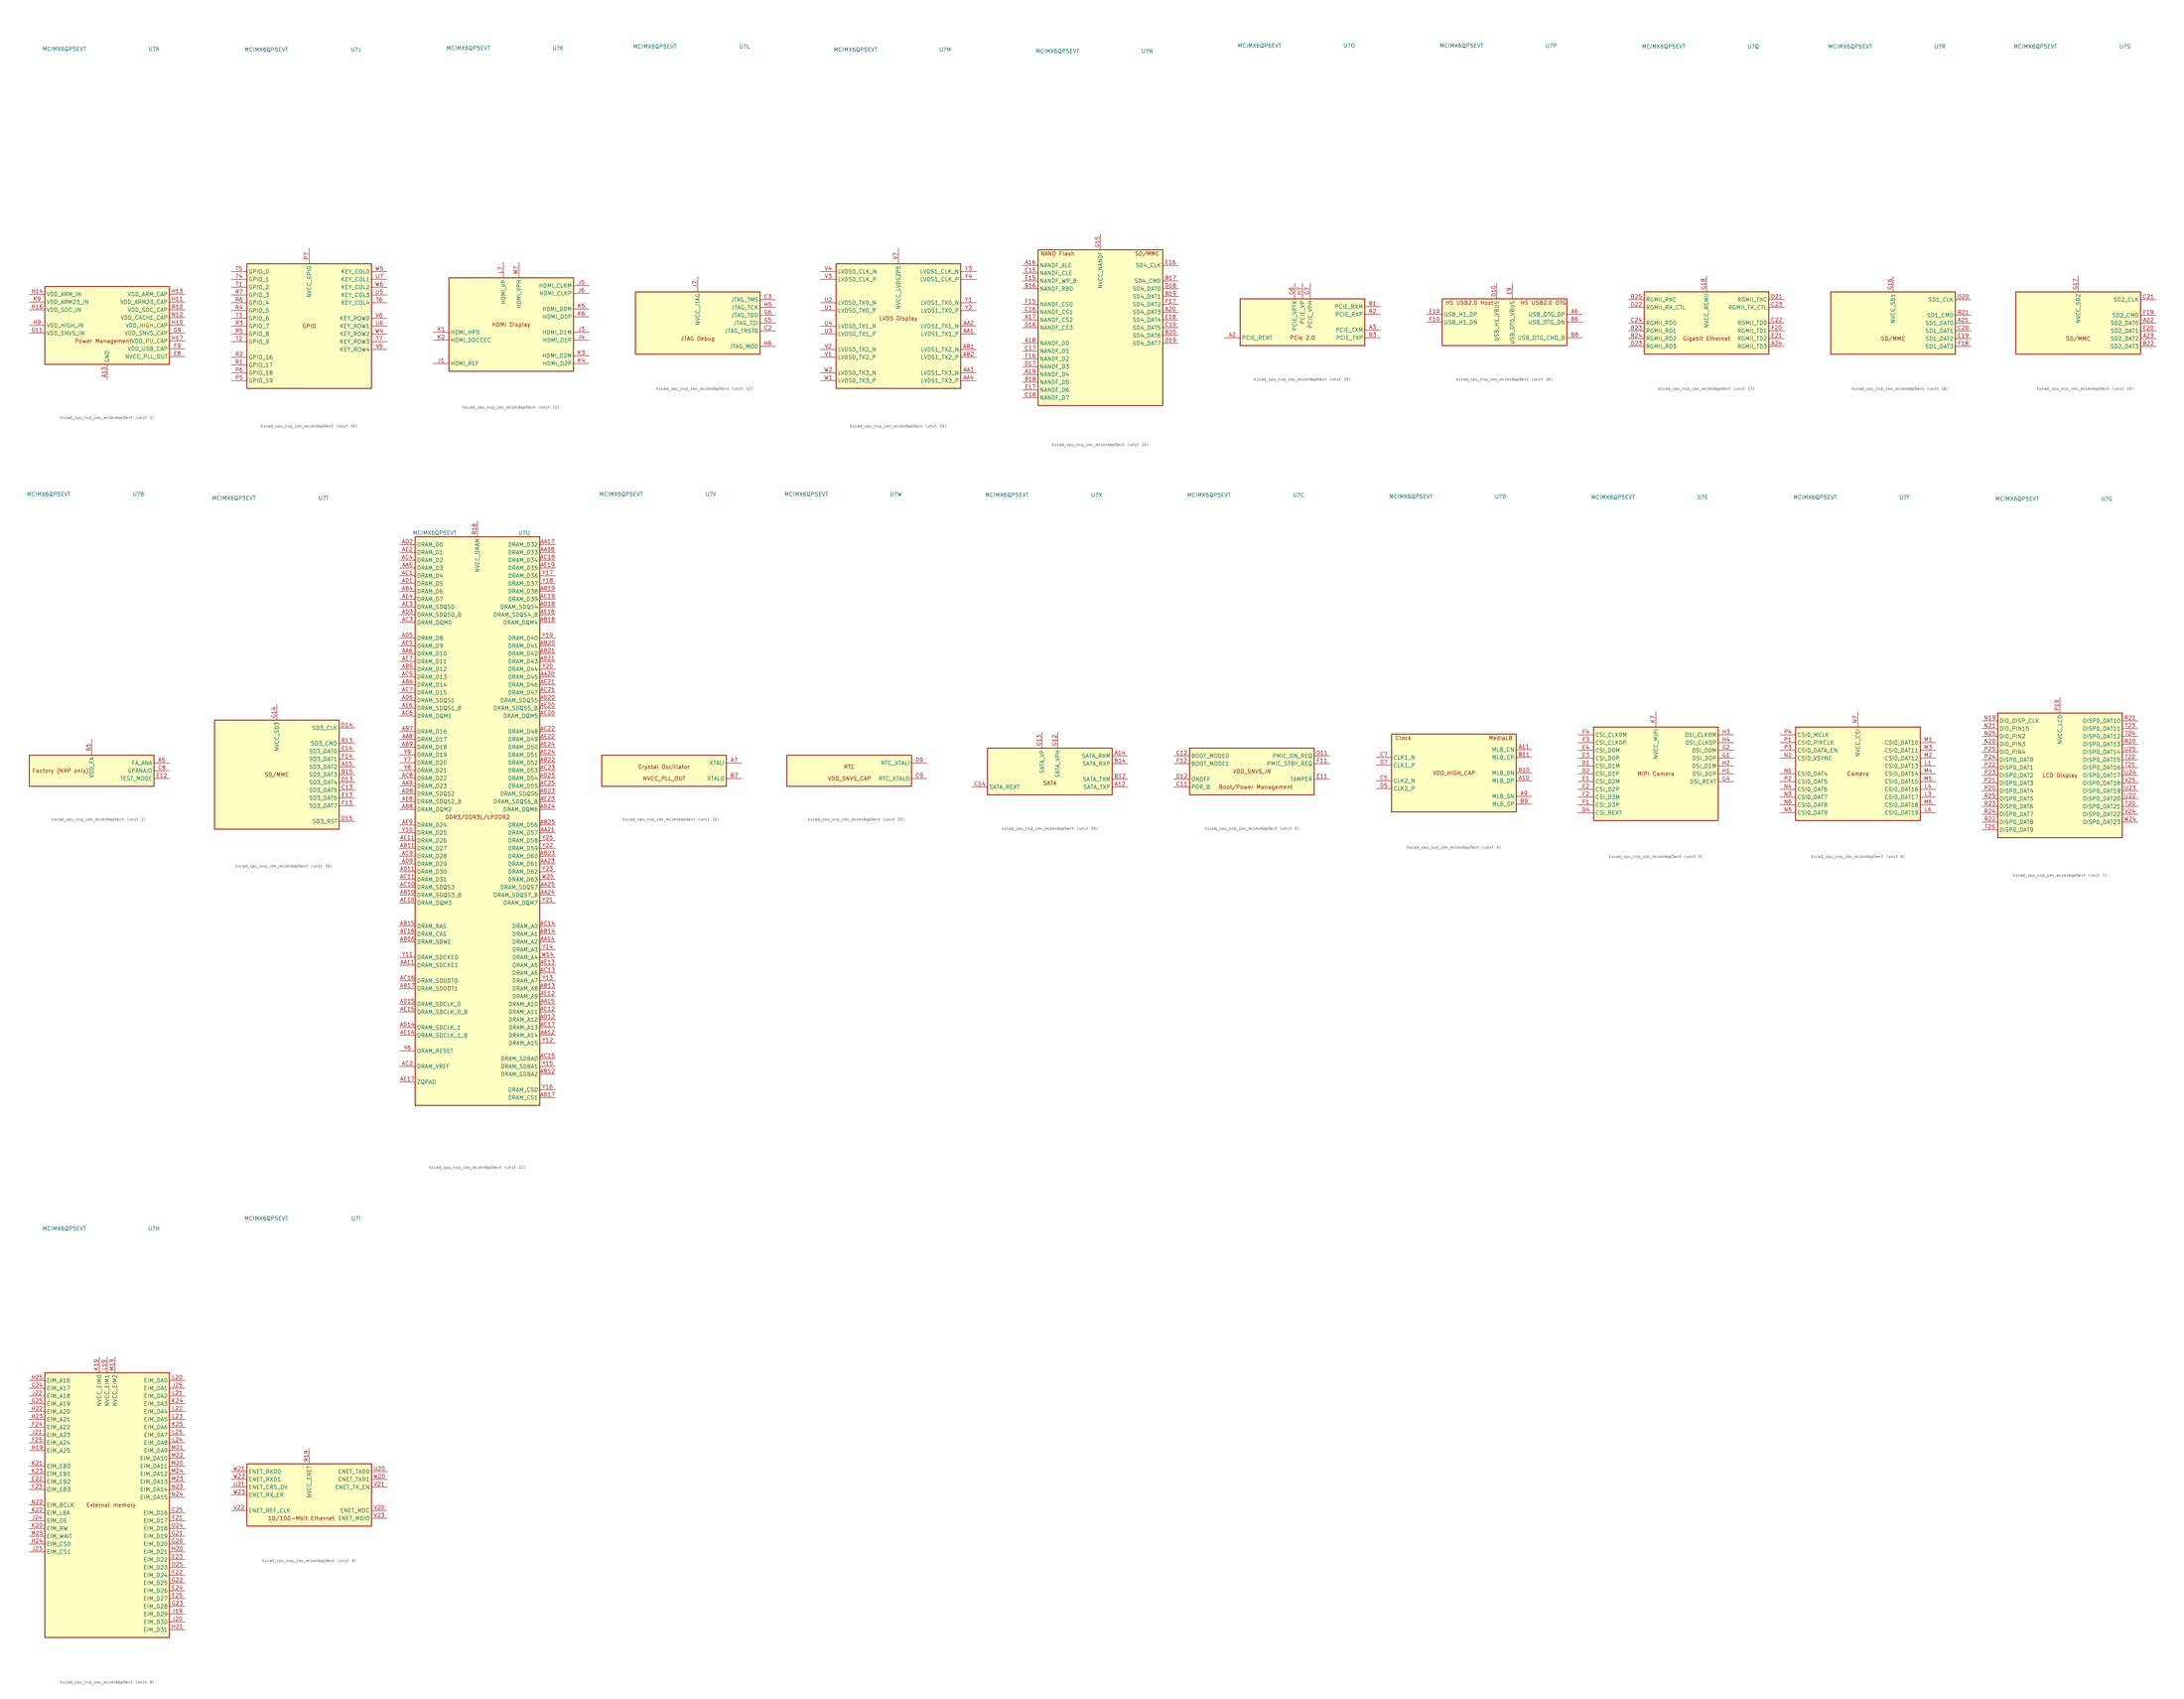
<source format=kicad_sym>
(kicad_symbol_lib
  (version 20220914)
  (generator kicad_symbol_editor)
  (symbol "kicad_cpu_nxp_imx_mcimx6qp5evt"
    (property "Reference" "U"
      (at 15.24 90.17 0)
      (effects (font (size 1.27 1.27))))
    (property "Value" "MCIMX6QP5EVT"
      (at -13.97 90.17 0)
      (effects (font (size 1.27 1.27))))
    (property "ki_locked" ""
      (at 0 0 0)
      (effects (font (size 1.27 1.27))))
    (symbol "kicad_cpu_nxp_imx_mcimx6qp5evt_1_0"
      (text "Power Management" (at -1.27 -5.08 0) (effects (font (size 1.27 1.27)))))
    (symbol "kicad_cpu_nxp_imx_mcimx6qp5evt_1_1"
      (rectangle (start -20.32 12.7) (end 20.32 -12.7) (stroke (width 0.254) (type default)) (fill (type background)))
      (pin power_in line (at 0 -17.78 90) (length 5.08) (name "GND" (effects (font (size 1.27 1.27)))) (number "A13" (effects (font (size 1.27 1.27)))))
      (pin passive line (at 0 -17.78 90) (length 5.08) hide (name "GND" (effects (font (size 1.27 1.27)))) (number "A25" (effects (font (size 1.27 1.27)))))
      (pin passive line (at 0 -17.78 90) (length 5.08) hide (name "GND" (effects (font (size 1.27 1.27)))) (number "A4" (effects (font (size 1.27 1.27)))))
      (pin passive line (at 0 -17.78 90) (length 5.08) hide (name "GND" (effects (font (size 1.27 1.27)))) (number "A8" (effects (font (size 1.27 1.27)))))
      (pin passive line (at 0 -17.78 90) (length 5.08) hide (name "GND" (effects (font (size 1.27 1.27)))) (number "AA10" (effects (font (size 1.27 1.27)))))
      (pin passive line (at 0 -17.78 90) (length 5.08) hide (name "GND" (effects (font (size 1.27 1.27)))) (number "AA13" (effects (font (size 1.27 1.27)))))
      (pin passive line (at 0 -17.78 90) (length 5.08) hide (name "GND" (effects (font (size 1.27 1.27)))) (number "AA16" (effects (font (size 1.27 1.27)))))
      (pin passive line (at 0 -17.78 90) (length 5.08) hide (name "GND" (effects (font (size 1.27 1.27)))) (number "AA19" (effects (font (size 1.27 1.27)))))
      (pin passive line (at 0 -17.78 90) (length 5.08) hide (name "GND" (effects (font (size 1.27 1.27)))) (number "AA22" (effects (font (size 1.27 1.27)))))
      (pin passive line (at 0 -17.78 90) (length 5.08) hide (name "GND" (effects (font (size 1.27 1.27)))) (number "AA7" (effects (font (size 1.27 1.27)))))
      (pin passive line (at 0 -17.78 90) (length 5.08) hide (name "GND" (effects (font (size 1.27 1.27)))) (number "AB24" (effects (font (size 1.27 1.27)))))
      (pin passive line (at 0 -17.78 90) (length 5.08) hide (name "GND" (effects (font (size 1.27 1.27)))) (number "AB3" (effects (font (size 1.27 1.27)))))
      (pin passive line (at 0 -17.78 90) (length 5.08) hide (name "GND" (effects (font (size 1.27 1.27)))) (number "AD10" (effects (font (size 1.27 1.27)))))
      (pin passive line (at 0 -17.78 90) (length 5.08) hide (name "GND" (effects (font (size 1.27 1.27)))) (number "AD13" (effects (font (size 1.27 1.27)))))
      (pin passive line (at 0 -17.78 90) (length 5.08) hide (name "GND" (effects (font (size 1.27 1.27)))) (number "AD16" (effects (font (size 1.27 1.27)))))
      (pin passive line (at 0 -17.78 90) (length 5.08) hide (name "GND" (effects (font (size 1.27 1.27)))) (number "AD19" (effects (font (size 1.27 1.27)))))
      (pin passive line (at 0 -17.78 90) (length 5.08) hide (name "GND" (effects (font (size 1.27 1.27)))) (number "AD22" (effects (font (size 1.27 1.27)))))
      (pin passive line (at 0 -17.78 90) (length 5.08) hide (name "GND" (effects (font (size 1.27 1.27)))) (number "AD4" (effects (font (size 1.27 1.27)))))
      (pin passive line (at 0 -17.78 90) (length 5.08) hide (name "GND" (effects (font (size 1.27 1.27)))) (number "AD7" (effects (font (size 1.27 1.27)))))
      (pin passive line (at 0 -17.78 90) (length 5.08) hide (name "GND" (effects (font (size 1.27 1.27)))) (number "AE1" (effects (font (size 1.27 1.27)))))
      (pin passive line (at 0 -17.78 90) (length 5.08) hide (name "GND" (effects (font (size 1.27 1.27)))) (number "AE25" (effects (font (size 1.27 1.27)))))
      (pin passive line (at 0 -17.78 90) (length 5.08) hide (name "GND" (effects (font (size 1.27 1.27)))) (number "B4" (effects (font (size 1.27 1.27)))))
      (pin passive line (at 0 -17.78 90) (length 5.08) hide (name "GND" (effects (font (size 1.27 1.27)))) (number "C1" (effects (font (size 1.27 1.27)))))
      (pin passive line (at 0 -17.78 90) (length 5.08) hide (name "GND" (effects (font (size 1.27 1.27)))) (number "C10" (effects (font (size 1.27 1.27)))))
      (pin passive line (at 0 -17.78 90) (length 5.08) hide (name "GND" (effects (font (size 1.27 1.27)))) (number "C4" (effects (font (size 1.27 1.27)))))
      (pin passive line (at 0 -17.78 90) (length 5.08) hide (name "GND" (effects (font (size 1.27 1.27)))) (number "C6" (effects (font (size 1.27 1.27)))))
      (pin passive line (at 0 -17.78 90) (length 5.08) hide (name "GND" (effects (font (size 1.27 1.27)))) (number "D3" (effects (font (size 1.27 1.27)))))
      (pin passive line (at 0 -17.78 90) (length 5.08) hide (name "GND" (effects (font (size 1.27 1.27)))) (number "D6" (effects (font (size 1.27 1.27)))))
      (pin passive line (at 0 -17.78 90) (length 5.08) hide (name "GND" (effects (font (size 1.27 1.27)))) (number "D8" (effects (font (size 1.27 1.27)))))
      (pin passive line (at 0 -17.78 90) (length 5.08) hide (name "GND" (effects (font (size 1.27 1.27)))) (number "E5" (effects (font (size 1.27 1.27)))))
      (pin passive line (at 0 -17.78 90) (length 5.08) hide (name "GND" (effects (font (size 1.27 1.27)))) (number "E6" (effects (font (size 1.27 1.27)))))
      (pin passive line (at 0 -17.78 90) (length 5.08) hide (name "GND" (effects (font (size 1.27 1.27)))) (number "E7" (effects (font (size 1.27 1.27)))))
      (pin power_out line (at 25.4 -10.16 180) (length 5.08) (name "NVCC_PLL_OUT" (effects (font (size 1.27 1.27)))) (number "E8" (effects (font (size 1.27 1.27)))))
      (pin passive line (at 0 -17.78 90) (length 5.08) hide (name "GND" (effects (font (size 1.27 1.27)))) (number "F5" (effects (font (size 1.27 1.27)))))
      (pin passive line (at 0 -17.78 90) (length 5.08) hide (name "GND" (effects (font (size 1.27 1.27)))) (number "F6" (effects (font (size 1.27 1.27)))))
      (pin passive line (at 0 -17.78 90) (length 5.08) hide (name "GND" (effects (font (size 1.27 1.27)))) (number "F7" (effects (font (size 1.27 1.27)))))
      (pin passive line (at 0 -17.78 90) (length 5.08) hide (name "GND" (effects (font (size 1.27 1.27)))) (number "F8" (effects (font (size 1.27 1.27)))))
      (pin power_out line (at 25.4 -7.62 180) (length 5.08) (name "VDD_USB_CAP" (effects (font (size 1.27 1.27)))) (number "F9" (effects (font (size 1.27 1.27)))))
      (pin passive line (at 0 -17.78 90) (length 5.08) hide (name "GND" (effects (font (size 1.27 1.27)))) (number "G10" (effects (font (size 1.27 1.27)))))
      (pin power_in line (at -25.4 -2.54 0) (length 5.08) (name "VDD_SNVS_IN" (effects (font (size 1.27 1.27)))) (number "G11" (effects (font (size 1.27 1.27)))))
      (pin passive line (at 0 -17.78 90) (length 5.08) hide (name "GND" (effects (font (size 1.27 1.27)))) (number "G19" (effects (font (size 1.27 1.27)))))
      (pin passive line (at 0 -17.78 90) (length 5.08) hide (name "GND" (effects (font (size 1.27 1.27)))) (number "G3" (effects (font (size 1.27 1.27)))))
      (pin power_out line (at 25.4 -2.54 180) (length 5.08) (name "VDD_SNVS_CAP" (effects (font (size 1.27 1.27)))) (number "G9" (effects (font (size 1.27 1.27)))))
      (pin power_out line (at 25.4 0 180) (length 5.08) (name "VDD_HIGH_CAP" (effects (font (size 1.27 1.27)))) (number "H10" (effects (font (size 1.27 1.27)))))
      (pin power_out line (at 25.4 7.62 180) (length 5.08) (name "VDD_ARM23_CAP" (effects (font (size 1.27 1.27)))) (number "H11" (effects (font (size 1.27 1.27)))))
      (pin passive line (at 0 -17.78 90) (length 5.08) hide (name "GND" (effects (font (size 1.27 1.27)))) (number "H12" (effects (font (size 1.27 1.27)))))
      (pin power_out line (at 25.4 10.16 180) (length 5.08) (name "VDD_ARM_CAP" (effects (font (size 1.27 1.27)))) (number "H13" (effects (font (size 1.27 1.27)))))
      (pin power_in line (at -25.4 10.16 0) (length 5.08) (name "VDD_ARM_IN" (effects (font (size 1.27 1.27)))) (number "H14" (effects (font (size 1.27 1.27)))))
      (pin passive line (at 0 -17.78 90) (length 5.08) hide (name "GND" (effects (font (size 1.27 1.27)))) (number "H15" (effects (font (size 1.27 1.27)))))
      (pin power_in line (at -25.4 5.08 0) (length 5.08) (name "VDD_SOC_IN" (effects (font (size 1.27 1.27)))) (number "H16" (effects (font (size 1.27 1.27)))))
      (pin power_out line (at 25.4 -5.08 180) (length 5.08) (name "VDD_PU_CAP" (effects (font (size 1.27 1.27)))) (number "H17" (effects (font (size 1.27 1.27)))))
      (pin passive line (at 0 -17.78 90) (length 5.08) hide (name "GND" (effects (font (size 1.27 1.27)))) (number "H18" (effects (font (size 1.27 1.27)))))
      (pin passive line (at 0 -17.78 90) (length 5.08) hide (name "GND" (effects (font (size 1.27 1.27)))) (number "H8" (effects (font (size 1.27 1.27)))))
      (pin power_in line (at -25.4 0 0) (length 5.08) (name "VDD_HIGH_IN" (effects (font (size 1.27 1.27)))) (number "H9" (effects (font (size 1.27 1.27)))))
      (pin passive line (at 25.4 0 180) (length 5.08) hide (name "VDD_HIGH_CAP" (effects (font (size 1.27 1.27)))) (number "J10" (effects (font (size 1.27 1.27)))))
      (pin passive line (at 25.4 7.62 180) (length 5.08) hide (name "VDD_ARM23_CAP" (effects (font (size 1.27 1.27)))) (number "J11" (effects (font (size 1.27 1.27)))))
      (pin passive line (at 0 -17.78 90) (length 5.08) hide (name "GND" (effects (font (size 1.27 1.27)))) (number "J12" (effects (font (size 1.27 1.27)))))
      (pin passive line (at 25.4 10.16 180) (length 5.08) hide (name "VDD_ARM_CAP" (effects (font (size 1.27 1.27)))) (number "J13" (effects (font (size 1.27 1.27)))))
      (pin passive line (at -25.4 10.16 0) (length 5.08) hide (name "VDD_ARM_IN" (effects (font (size 1.27 1.27)))) (number "J14" (effects (font (size 1.27 1.27)))))
      (pin passive line (at 0 -17.78 90) (length 5.08) hide (name "GND" (effects (font (size 1.27 1.27)))) (number "J15" (effects (font (size 1.27 1.27)))))
      (pin passive line (at -25.4 5.08 0) (length 5.08) hide (name "VDD_SOC_IN" (effects (font (size 1.27 1.27)))) (number "J16" (effects (font (size 1.27 1.27)))))
      (pin passive line (at 25.4 -5.08 180) (length 5.08) hide (name "VDD_PU_CAP" (effects (font (size 1.27 1.27)))) (number "J17" (effects (font (size 1.27 1.27)))))
      (pin passive line (at 0 -17.78 90) (length 5.08) hide (name "GND" (effects (font (size 1.27 1.27)))) (number "J18" (effects (font (size 1.27 1.27)))))
      (pin passive line (at 0 -17.78 90) (length 5.08) hide (name "GND" (effects (font (size 1.27 1.27)))) (number "J2" (effects (font (size 1.27 1.27)))))
      (pin passive line (at 0 -17.78 90) (length 5.08) hide (name "GND" (effects (font (size 1.27 1.27)))) (number "J8" (effects (font (size 1.27 1.27)))))
      (pin passive line (at -25.4 0 0) (length 5.08) hide (name "VDD_HIGH_IN" (effects (font (size 1.27 1.27)))) (number "J9" (effects (font (size 1.27 1.27)))))
      (pin passive line (at 0 -17.78 90) (length 5.08) hide (name "GND" (effects (font (size 1.27 1.27)))) (number "K10" (effects (font (size 1.27 1.27)))))
      (pin passive line (at 25.4 7.62 180) (length 5.08) hide (name "VDD_ARM23_CAP" (effects (font (size 1.27 1.27)))) (number "K11" (effects (font (size 1.27 1.27)))))
      (pin passive line (at 0 -17.78 90) (length 5.08) hide (name "GND" (effects (font (size 1.27 1.27)))) (number "K12" (effects (font (size 1.27 1.27)))))
      (pin passive line (at 25.4 10.16 180) (length 5.08) hide (name "VDD_ARM_CAP" (effects (font (size 1.27 1.27)))) (number "K13" (effects (font (size 1.27 1.27)))))
      (pin passive line (at -25.4 10.16 0) (length 5.08) hide (name "VDD_ARM_IN" (effects (font (size 1.27 1.27)))) (number "K14" (effects (font (size 1.27 1.27)))))
      (pin passive line (at 0 -17.78 90) (length 5.08) hide (name "GND" (effects (font (size 1.27 1.27)))) (number "K15" (effects (font (size 1.27 1.27)))))
      (pin passive line (at -25.4 5.08 0) (length 5.08) hide (name "VDD_SOC_IN" (effects (font (size 1.27 1.27)))) (number "K16" (effects (font (size 1.27 1.27)))))
      (pin passive line (at 25.4 -5.08 180) (length 5.08) hide (name "VDD_PU_CAP" (effects (font (size 1.27 1.27)))) (number "K17" (effects (font (size 1.27 1.27)))))
      (pin passive line (at 0 -17.78 90) (length 5.08) hide (name "GND" (effects (font (size 1.27 1.27)))) (number "K18" (effects (font (size 1.27 1.27)))))
      (pin passive line (at 0 -17.78 90) (length 5.08) hide (name "GND" (effects (font (size 1.27 1.27)))) (number "K8" (effects (font (size 1.27 1.27)))))
      (pin power_in line (at -25.4 7.62 0) (length 5.08) (name "VDD_ARM23_IN" (effects (font (size 1.27 1.27)))) (number "K9" (effects (font (size 1.27 1.27)))))
      (pin passive line (at 0 -17.78 90) (length 5.08) hide (name "GND" (effects (font (size 1.27 1.27)))) (number "L10" (effects (font (size 1.27 1.27)))))
      (pin passive line (at 25.4 7.62 180) (length 5.08) hide (name "VDD_ARM23_CAP" (effects (font (size 1.27 1.27)))) (number "L11" (effects (font (size 1.27 1.27)))))
      (pin passive line (at 0 -17.78 90) (length 5.08) hide (name "GND" (effects (font (size 1.27 1.27)))) (number "L12" (effects (font (size 1.27 1.27)))))
      (pin passive line (at 25.4 10.16 180) (length 5.08) hide (name "VDD_ARM_CAP" (effects (font (size 1.27 1.27)))) (number "L13" (effects (font (size 1.27 1.27)))))
      (pin passive line (at -25.4 10.16 0) (length 5.08) hide (name "VDD_ARM_IN" (effects (font (size 1.27 1.27)))) (number "L14" (effects (font (size 1.27 1.27)))))
      (pin passive line (at 0 -17.78 90) (length 5.08) hide (name "GND" (effects (font (size 1.27 1.27)))) (number "L15" (effects (font (size 1.27 1.27)))))
      (pin passive line (at -25.4 5.08 0) (length 5.08) hide (name "VDD_SOC_IN" (effects (font (size 1.27 1.27)))) (number "L16" (effects (font (size 1.27 1.27)))))
      (pin passive line (at 25.4 -5.08 180) (length 5.08) hide (name "VDD_PU_CAP" (effects (font (size 1.27 1.27)))) (number "L17" (effects (font (size 1.27 1.27)))))
      (pin passive line (at 0 -17.78 90) (length 5.08) hide (name "GND" (effects (font (size 1.27 1.27)))) (number "L18" (effects (font (size 1.27 1.27)))))
      (pin passive line (at 0 -17.78 90) (length 5.08) hide (name "GND" (effects (font (size 1.27 1.27)))) (number "L2" (effects (font (size 1.27 1.27)))))
      (pin passive line (at 0 -17.78 90) (length 5.08) hide (name "GND" (effects (font (size 1.27 1.27)))) (number "L5" (effects (font (size 1.27 1.27)))))
      (pin passive line (at 0 -17.78 90) (length 5.08) hide (name "GND" (effects (font (size 1.27 1.27)))) (number "L8" (effects (font (size 1.27 1.27)))))
      (pin passive line (at -25.4 7.62 0) (length 5.08) hide (name "VDD_ARM23_IN" (effects (font (size 1.27 1.27)))) (number "L9" (effects (font (size 1.27 1.27)))))
      (pin passive line (at 0 -17.78 90) (length 5.08) hide (name "GND" (effects (font (size 1.27 1.27)))) (number "M10" (effects (font (size 1.27 1.27)))))
      (pin passive line (at 25.4 7.62 180) (length 5.08) hide (name "VDD_ARM23_CAP" (effects (font (size 1.27 1.27)))) (number "M11" (effects (font (size 1.27 1.27)))))
      (pin passive line (at 0 -17.78 90) (length 5.08) hide (name "GND" (effects (font (size 1.27 1.27)))) (number "M12" (effects (font (size 1.27 1.27)))))
      (pin passive line (at 25.4 10.16 180) (length 5.08) hide (name "VDD_ARM_CAP" (effects (font (size 1.27 1.27)))) (number "M13" (effects (font (size 1.27 1.27)))))
      (pin passive line (at -25.4 10.16 0) (length 5.08) hide (name "VDD_ARM_IN" (effects (font (size 1.27 1.27)))) (number "M14" (effects (font (size 1.27 1.27)))))
      (pin passive line (at 0 -17.78 90) (length 5.08) hide (name "GND" (effects (font (size 1.27 1.27)))) (number "M15" (effects (font (size 1.27 1.27)))))
      (pin passive line (at -25.4 5.08 0) (length 5.08) hide (name "VDD_SOC_IN" (effects (font (size 1.27 1.27)))) (number "M16" (effects (font (size 1.27 1.27)))))
      (pin passive line (at 25.4 -5.08 180) (length 5.08) hide (name "VDD_PU_CAP" (effects (font (size 1.27 1.27)))) (number "M17" (effects (font (size 1.27 1.27)))))
      (pin passive line (at 0 -17.78 90) (length 5.08) hide (name "GND" (effects (font (size 1.27 1.27)))) (number "M18" (effects (font (size 1.27 1.27)))))
      (pin passive line (at 0 -17.78 90) (length 5.08) hide (name "GND" (effects (font (size 1.27 1.27)))) (number "M8" (effects (font (size 1.27 1.27)))))
      (pin passive line (at -25.4 7.62 0) (length 5.08) hide (name "VDD_ARM23_IN" (effects (font (size 1.27 1.27)))) (number "M9" (effects (font (size 1.27 1.27)))))
      (pin passive line (at 0 -17.78 90) (length 5.08) hide (name "GND" (effects (font (size 1.27 1.27)))) (number "N10" (effects (font (size 1.27 1.27)))))
      (pin passive line (at 25.4 7.62 180) (length 5.08) hide (name "VDD_ARM23_CAP" (effects (font (size 1.27 1.27)))) (number "N11" (effects (font (size 1.27 1.27)))))
      (pin power_in line (at 25.4 2.54 180) (length 5.08) (name "VDD_CACHE_CAP" (effects (font (size 1.27 1.27)))) (number "N12" (effects (font (size 1.27 1.27)))))
      (pin passive line (at 25.4 10.16 180) (length 5.08) hide (name "VDD_ARM_CAP" (effects (font (size 1.27 1.27)))) (number "N13" (effects (font (size 1.27 1.27)))))
      (pin passive line (at -25.4 10.16 0) (length 5.08) hide (name "VDD_ARM_IN" (effects (font (size 1.27 1.27)))) (number "N14" (effects (font (size 1.27 1.27)))))
      (pin passive line (at 0 -17.78 90) (length 5.08) hide (name "GND" (effects (font (size 1.27 1.27)))) (number "N15" (effects (font (size 1.27 1.27)))))
      (pin passive line (at -25.4 5.08 0) (length 5.08) hide (name "VDD_SOC_IN" (effects (font (size 1.27 1.27)))) (number "N16" (effects (font (size 1.27 1.27)))))
      (pin passive line (at 25.4 -5.08 180) (length 5.08) hide (name "VDD_PU_CAP" (effects (font (size 1.27 1.27)))) (number "N17" (effects (font (size 1.27 1.27)))))
      (pin passive line (at 0 -17.78 90) (length 5.08) hide (name "GND" (effects (font (size 1.27 1.27)))) (number "N18" (effects (font (size 1.27 1.27)))))
      (pin passive line (at 0 -17.78 90) (length 5.08) hide (name "GND" (effects (font (size 1.27 1.27)))) (number "N8" (effects (font (size 1.27 1.27)))))
      (pin passive line (at -25.4 7.62 0) (length 5.08) hide (name "VDD_ARM23_IN" (effects (font (size 1.27 1.27)))) (number "N9" (effects (font (size 1.27 1.27)))))
      (pin passive line (at 0 -17.78 90) (length 5.08) hide (name "GND" (effects (font (size 1.27 1.27)))) (number "P10" (effects (font (size 1.27 1.27)))))
      (pin passive line (at 25.4 7.62 180) (length 5.08) hide (name "VDD_ARM23_CAP" (effects (font (size 1.27 1.27)))) (number "P11" (effects (font (size 1.27 1.27)))))
      (pin passive line (at 0 -17.78 90) (length 5.08) hide (name "GND" (effects (font (size 1.27 1.27)))) (number "P12" (effects (font (size 1.27 1.27)))))
      (pin passive line (at 25.4 10.16 180) (length 5.08) hide (name "VDD_ARM_CAP" (effects (font (size 1.27 1.27)))) (number "P13" (effects (font (size 1.27 1.27)))))
      (pin passive line (at -25.4 10.16 0) (length 5.08) hide (name "VDD_ARM_IN" (effects (font (size 1.27 1.27)))) (number "P14" (effects (font (size 1.27 1.27)))))
      (pin passive line (at 0 -17.78 90) (length 5.08) hide (name "GND" (effects (font (size 1.27 1.27)))) (number "P15" (effects (font (size 1.27 1.27)))))
      (pin passive line (at -25.4 5.08 0) (length 5.08) hide (name "VDD_SOC_IN" (effects (font (size 1.27 1.27)))) (number "P16" (effects (font (size 1.27 1.27)))))
      (pin passive line (at 25.4 -5.08 180) (length 5.08) hide (name "VDD_PU_CAP" (effects (font (size 1.27 1.27)))) (number "P17" (effects (font (size 1.27 1.27)))))
      (pin passive line (at 0 -17.78 90) (length 5.08) hide (name "GND" (effects (font (size 1.27 1.27)))) (number "P18" (effects (font (size 1.27 1.27)))))
      (pin passive line (at 0 -17.78 90) (length 5.08) hide (name "GND" (effects (font (size 1.27 1.27)))) (number "P8" (effects (font (size 1.27 1.27)))))
      (pin passive line (at -25.4 7.62 0) (length 5.08) hide (name "VDD_ARM23_IN" (effects (font (size 1.27 1.27)))) (number "P9" (effects (font (size 1.27 1.27)))))
      (pin power_out line (at 25.4 5.08 180) (length 5.08) (name "VDD_SOC_CAP" (effects (font (size 1.27 1.27)))) (number "R10" (effects (font (size 1.27 1.27)))))
      (pin passive line (at 25.4 7.62 180) (length 5.08) hide (name "VDD_ARM23_CAP" (effects (font (size 1.27 1.27)))) (number "R11" (effects (font (size 1.27 1.27)))))
      (pin passive line (at 0 -17.78 90) (length 5.08) hide (name "GND" (effects (font (size 1.27 1.27)))) (number "R12" (effects (font (size 1.27 1.27)))))
      (pin passive line (at 25.4 10.16 180) (length 5.08) hide (name "VDD_ARM_CAP" (effects (font (size 1.27 1.27)))) (number "R13" (effects (font (size 1.27 1.27)))))
      (pin passive line (at -25.4 10.16 0) (length 5.08) hide (name "VDD_ARM_IN" (effects (font (size 1.27 1.27)))) (number "R14" (effects (font (size 1.27 1.27)))))
      (pin passive line (at 0 -17.78 90) (length 5.08) hide (name "GND" (effects (font (size 1.27 1.27)))) (number "R15" (effects (font (size 1.27 1.27)))))
      (pin passive line (at -25.4 5.08 0) (length 5.08) hide (name "VDD_SOC_IN" (effects (font (size 1.27 1.27)))) (number "R16" (effects (font (size 1.27 1.27)))))
      (pin passive line (at 0 -17.78 90) (length 5.08) hide (name "GND" (effects (font (size 1.27 1.27)))) (number "R17" (effects (font (size 1.27 1.27)))))
      (pin passive line (at 0 -17.78 90) (length 5.08) hide (name "GND" (effects (font (size 1.27 1.27)))) (number "R8" (effects (font (size 1.27 1.27)))))
      (pin passive line (at -25.4 7.62 0) (length 5.08) hide (name "VDD_ARM23_IN" (effects (font (size 1.27 1.27)))) (number "R9" (effects (font (size 1.27 1.27)))))
      (pin passive line (at 25.4 5.08 180) (length 5.08) hide (name "VDD_SOC_CAP" (effects (font (size 1.27 1.27)))) (number "T10" (effects (font (size 1.27 1.27)))))
      (pin passive line (at 0 -17.78 90) (length 5.08) hide (name "GND" (effects (font (size 1.27 1.27)))) (number "T11" (effects (font (size 1.27 1.27)))))
      (pin passive line (at 0 -17.78 90) (length 5.08) hide (name "GND" (effects (font (size 1.27 1.27)))) (number "T12" (effects (font (size 1.27 1.27)))))
      (pin passive line (at 25.4 5.08 180) (length 5.08) hide (name "VDD_SOC_CAP" (effects (font (size 1.27 1.27)))) (number "T13" (effects (font (size 1.27 1.27)))))
      (pin passive line (at 25.4 5.08 180) (length 5.08) hide (name "VDD_SOC_CAP" (effects (font (size 1.27 1.27)))) (number "T14" (effects (font (size 1.27 1.27)))))
      (pin passive line (at 0 -17.78 90) (length 5.08) hide (name "GND" (effects (font (size 1.27 1.27)))) (number "T15" (effects (font (size 1.27 1.27)))))
      (pin passive line (at -25.4 5.08 0) (length 5.08) hide (name "VDD_SOC_IN" (effects (font (size 1.27 1.27)))) (number "T16" (effects (font (size 1.27 1.27)))))
      (pin passive line (at 0 -17.78 90) (length 5.08) hide (name "GND" (effects (font (size 1.27 1.27)))) (number "T17" (effects (font (size 1.27 1.27)))))
      (pin passive line (at 0 -17.78 90) (length 5.08) hide (name "GND" (effects (font (size 1.27 1.27)))) (number "T19" (effects (font (size 1.27 1.27)))))
      (pin passive line (at 0 -17.78 90) (length 5.08) hide (name "GND" (effects (font (size 1.27 1.27)))) (number "T8" (effects (font (size 1.27 1.27)))))
      (pin passive line (at -25.4 7.62 0) (length 5.08) hide (name "VDD_ARM23_IN" (effects (font (size 1.27 1.27)))) (number "T9" (effects (font (size 1.27 1.27)))))
      (pin passive line (at 25.4 5.08 180) (length 5.08) hide (name "VDD_SOC_CAP" (effects (font (size 1.27 1.27)))) (number "U10" (effects (font (size 1.27 1.27)))))
      (pin passive line (at 0 -17.78 90) (length 5.08) hide (name "GND" (effects (font (size 1.27 1.27)))) (number "U11" (effects (font (size 1.27 1.27)))))
      (pin passive line (at 0 -17.78 90) (length 5.08) hide (name "GND" (effects (font (size 1.27 1.27)))) (number "U12" (effects (font (size 1.27 1.27)))))
      (pin passive line (at 25.4 5.08 180) (length 5.08) hide (name "VDD_SOC_CAP" (effects (font (size 1.27 1.27)))) (number "U13" (effects (font (size 1.27 1.27)))))
      (pin passive line (at 25.4 5.08 180) (length 5.08) hide (name "VDD_SOC_CAP" (effects (font (size 1.27 1.27)))) (number "U14" (effects (font (size 1.27 1.27)))))
      (pin passive line (at 0 -17.78 90) (length 5.08) hide (name "GND" (effects (font (size 1.27 1.27)))) (number "U15" (effects (font (size 1.27 1.27)))))
      (pin passive line (at -25.4 5.08 0) (length 5.08) hide (name "VDD_SOC_IN" (effects (font (size 1.27 1.27)))) (number "U16" (effects (font (size 1.27 1.27)))))
      (pin passive line (at 0 -17.78 90) (length 5.08) hide (name "GND" (effects (font (size 1.27 1.27)))) (number "U17" (effects (font (size 1.27 1.27)))))
      (pin passive line (at 0 -17.78 90) (length 5.08) hide (name "GND" (effects (font (size 1.27 1.27)))) (number "U19" (effects (font (size 1.27 1.27)))))
      (pin passive line (at 0 -17.78 90) (length 5.08) hide (name "GND" (effects (font (size 1.27 1.27)))) (number "U8" (effects (font (size 1.27 1.27)))))
      (pin passive line (at -25.4 7.62 0) (length 5.08) hide (name "VDD_ARM23_IN" (effects (font (size 1.27 1.27)))) (number "U9" (effects (font (size 1.27 1.27)))))
      (pin passive line (at 0 -17.78 90) (length 5.08) hide (name "GND" (effects (font (size 1.27 1.27)))) (number "V19" (effects (font (size 1.27 1.27)))))
      (pin passive line (at 0 -17.78 90) (length 5.08) hide (name "GND" (effects (font (size 1.27 1.27)))) (number "V8" (effects (font (size 1.27 1.27)))))
      (pin passive line (at 0 -17.78 90) (length 5.08) hide (name "GND" (effects (font (size 1.27 1.27)))) (number "W10" (effects (font (size 1.27 1.27)))))
      (pin passive line (at 0 -17.78 90) (length 5.08) hide (name "GND" (effects (font (size 1.27 1.27)))) (number "W11" (effects (font (size 1.27 1.27)))))
      (pin passive line (at 0 -17.78 90) (length 5.08) hide (name "GND" (effects (font (size 1.27 1.27)))) (number "W12" (effects (font (size 1.27 1.27)))))
      (pin passive line (at 0 -17.78 90) (length 5.08) hide (name "GND" (effects (font (size 1.27 1.27)))) (number "W13" (effects (font (size 1.27 1.27)))))
      (pin passive line (at 0 -17.78 90) (length 5.08) hide (name "GND" (effects (font (size 1.27 1.27)))) (number "W15" (effects (font (size 1.27 1.27)))))
      (pin passive line (at 0 -17.78 90) (length 5.08) hide (name "GND" (effects (font (size 1.27 1.27)))) (number "W16" (effects (font (size 1.27 1.27)))))
      (pin passive line (at 0 -17.78 90) (length 5.08) hide (name "GND" (effects (font (size 1.27 1.27)))) (number "W17" (effects (font (size 1.27 1.27)))))
      (pin passive line (at 0 -17.78 90) (length 5.08) hide (name "GND" (effects (font (size 1.27 1.27)))) (number "W18" (effects (font (size 1.27 1.27)))))
      (pin passive line (at 0 -17.78 90) (length 5.08) hide (name "GND" (effects (font (size 1.27 1.27)))) (number "W19" (effects (font (size 1.27 1.27)))))
      (pin passive line (at 0 -17.78 90) (length 5.08) hide (name "GND" (effects (font (size 1.27 1.27)))) (number "W3" (effects (font (size 1.27 1.27)))))
      (pin passive line (at 0 -17.78 90) (length 5.08) hide (name "GND" (effects (font (size 1.27 1.27)))) (number "W7" (effects (font (size 1.27 1.27)))))
      (pin passive line (at 0 -17.78 90) (length 5.08) hide (name "GND" (effects (font (size 1.27 1.27)))) (number "W8" (effects (font (size 1.27 1.27)))))
      (pin passive line (at 0 -17.78 90) (length 5.08) hide (name "GND" (effects (font (size 1.27 1.27)))) (number "W9" (effects (font (size 1.27 1.27)))))
      (pin passive line (at 0 -17.78 90) (length 5.08) hide (name "GND" (effects (font (size 1.27 1.27)))) (number "Y24" (effects (font (size 1.27 1.27)))))
      (pin passive line (at 0 -17.78 90) (length 5.08) hide (name "GND" (effects (font (size 1.27 1.27)))) (number "Y5" (effects (font (size 1.27 1.27))))))
    (symbol "kicad_cpu_nxp_imx_mcimx6qp5evt_2_0"
      (text "Factory (NXP only)" (at -10.16 0 0) (effects (font (size 1.27 1.27)))))
    (symbol "kicad_cpu_nxp_imx_mcimx6qp5evt_2_1"
      (rectangle (start -20.32 5.08) (end 20.32 -5.08) (stroke (width 0.254) (type default)) (fill (type background)))
      (pin passive line (at 25.4 2.54 180) (length 5.08) (name "FA_ANA" (effects (font (size 1.27 1.27)))) (number "A5" (effects (font (size 1.27 1.27)))))
      (pin passive line (at 0 10.16 270) (length 5.08) (name "VDD_FA" (effects (font (size 1.27 1.27)))) (number "B5" (effects (font (size 1.27 1.27)))))
      (pin passive line (at 25.4 0 180) (length 5.08) (name "GPANAIO" (effects (font (size 1.27 1.27)))) (number "C8" (effects (font (size 1.27 1.27)))))
      (pin passive line (at 25.4 -2.54 180) (length 5.08) (name "TEST_MODE" (effects (font (size 1.27 1.27)))) (number "E12" (effects (font (size 1.27 1.27))))))
    (symbol "kicad_cpu_nxp_imx_mcimx6qp5evt_3_0"
      (text "Boot/Power Management" (at 1.27 -5.08 0) (effects (font (size 1.27 1.27)))))
    (symbol "kicad_cpu_nxp_imx_mcimx6qp5evt_3_1"
      (rectangle (start -20.32 7.62) (end 20.32 -7.62) (stroke (width 0.254) (type default)) (fill (type background)))
      (text "VDD_SNVS_IN" (at 0 0 0) (effects (font (size 1.27 1.27) italic)))
      (pin input line (at -25.4 -5.08 0) (length 5.08) (name "POR_B" (effects (font (size 1.27 1.27)))) (number "C11" (effects (font (size 1.27 1.27)))))
      (pin input line (at -25.4 5.08 0) (length 5.08) (name "BOOT_MODE0" (effects (font (size 1.27 1.27)))) (number "C12" (effects (font (size 1.27 1.27)))))
      (pin output line (at 25.4 5.08 180) (length 5.08) (name "PMIC_ON_REQ" (effects (font (size 1.27 1.27)))) (number "D11" (effects (font (size 1.27 1.27)))))
      (pin input line (at -25.4 -2.54 0) (length 5.08) (name "ONOFF" (effects (font (size 1.27 1.27)))) (number "D12" (effects (font (size 1.27 1.27)))))
      (pin input line (at 25.4 -2.54 180) (length 5.08) (name "TAMPER" (effects (font (size 1.27 1.27)))) (number "E11" (effects (font (size 1.27 1.27)))))
      (pin output line (at 25.4 2.54 180) (length 5.08) (name "PMIC_STBY_REQ" (effects (font (size 1.27 1.27)))) (number "F11" (effects (font (size 1.27 1.27)))))
      (pin input line (at -25.4 2.54 0) (length 5.08) (name "BOOT_MODE1" (effects (font (size 1.27 1.27)))) (number "F12" (effects (font (size 1.27 1.27))))))
    (symbol "kicad_cpu_nxp_imx_mcimx6qp5evt_4_0"
      (text "Clock" (at -16.51 11.43 0) (effects (font (size 1.27 1.27))))
      (text "MediaLB" (at 15.24 11.43 0) (effects (font (size 1.27 1.27)))))
    (symbol "kicad_cpu_nxp_imx_mcimx6qp5evt_4_1"
      (rectangle (start -20.32 12.7) (end 20.32 -12.7) (stroke (width 0.254) (type default)) (fill (type background)))
      (text "VDD_HIGH_CAP" (at 0 0 0) (effects (font (size 1.27 1.27) italic)))
      (pin bidirectional line (at 25.4 -2.54 180) (length 5.08) (name "MLB_DP" (effects (font (size 1.27 1.27)))) (number "A10" (effects (font (size 1.27 1.27)))))
      (pin input line (at 25.4 7.62 180) (length 5.08) (name "MLB_CN" (effects (font (size 1.27 1.27)))) (number "A11" (effects (font (size 1.27 1.27)))))
      (pin bidirectional line (at 25.4 -7.62 180) (length 5.08) (name "MLB_SN" (effects (font (size 1.27 1.27)))) (number "A9" (effects (font (size 1.27 1.27)))))
      (pin bidirectional line (at 25.4 0 180) (length 5.08) (name "MLB_DN" (effects (font (size 1.27 1.27)))) (number "B10" (effects (font (size 1.27 1.27)))))
      (pin input line (at 25.4 5.08 180) (length 5.08) (name "MLB_CP" (effects (font (size 1.27 1.27)))) (number "B11" (effects (font (size 1.27 1.27)))))
      (pin bidirectional line (at 25.4 -10.16 180) (length 5.08) (name "MLB_SP" (effects (font (size 1.27 1.27)))) (number "B9" (effects (font (size 1.27 1.27)))))
      (pin bidirectional line (at -25.4 -2.54 0) (length 5.08) (name "CLK2_N" (effects (font (size 1.27 1.27)))) (number "C5" (effects (font (size 1.27 1.27)))))
      (pin bidirectional line (at -25.4 5.08 0) (length 5.08) (name "CLK1_N" (effects (font (size 1.27 1.27)))) (number "C7" (effects (font (size 1.27 1.27)))))
      (pin bidirectional line (at -25.4 -5.08 0) (length 5.08) (name "CLK2_P" (effects (font (size 1.27 1.27)))) (number "D5" (effects (font (size 1.27 1.27)))))
      (pin bidirectional line (at -25.4 2.54 0) (length 5.08) (name "CLK1_P" (effects (font (size 1.27 1.27)))) (number "D7" (effects (font (size 1.27 1.27))))))
    (symbol "kicad_cpu_nxp_imx_mcimx6qp5evt_5_0"
      (text "MIPI Camera" (at 0 0 0) (effects (font (size 1.27 1.27)))))
    (symbol "kicad_cpu_nxp_imx_mcimx6qp5evt_5_1"
      (rectangle (start -20.32 15.24) (end 20.32 -15.24) (stroke (width 0.254) (type default)) (fill (type background)))
      (pin input line (at -25.4 2.54 0) (length 5.08) (name "CSI_D1M" (effects (font (size 1.27 1.27)))) (number "D1" (effects (font (size 1.27 1.27)))))
      (pin input line (at -25.4 0 0) (length 5.08) (name "CSI_D1P" (effects (font (size 1.27 1.27)))) (number "D2" (effects (font (size 1.27 1.27)))))
      (pin passive line (at -25.4 -12.7 0) (length 5.08) (name "CSI_REXT" (effects (font (size 1.27 1.27)))) (number "D4" (effects (font (size 1.27 1.27)))))
      (pin input line (at -25.4 -2.54 0) (length 5.08) (name "CSI_D2M" (effects (font (size 1.27 1.27)))) (number "E1" (effects (font (size 1.27 1.27)))))
      (pin input line (at -25.4 -5.08 0) (length 5.08) (name "CSI_D2P" (effects (font (size 1.27 1.27)))) (number "E2" (effects (font (size 1.27 1.27)))))
      (pin input line (at -25.4 5.08 0) (length 5.08) (name "CSI_D0P" (effects (font (size 1.27 1.27)))) (number "E3" (effects (font (size 1.27 1.27)))))
      (pin input line (at -25.4 7.62 0) (length 5.08) (name "CSI_D0M" (effects (font (size 1.27 1.27)))) (number "E4" (effects (font (size 1.27 1.27)))))
      (pin input line (at -25.4 -10.16 0) (length 5.08) (name "CSI_D3P" (effects (font (size 1.27 1.27)))) (number "F1" (effects (font (size 1.27 1.27)))))
      (pin input line (at -25.4 -7.62 0) (length 5.08) (name "CSI_D3M" (effects (font (size 1.27 1.27)))) (number "F2" (effects (font (size 1.27 1.27)))))
      (pin input line (at -25.4 10.16 0) (length 5.08) (name "CSI_CLK0P" (effects (font (size 1.27 1.27)))) (number "F3" (effects (font (size 1.27 1.27)))))
      (pin input line (at -25.4 12.7 0) (length 5.08) (name "CSI_CLK0M" (effects (font (size 1.27 1.27)))) (number "F4" (effects (font (size 1.27 1.27)))))
      (pin output line (at 25.4 5.08 180) (length 5.08) (name "DSI_D0P" (effects (font (size 1.27 1.27)))) (number "G1" (effects (font (size 1.27 1.27)))))
      (pin output line (at 25.4 7.62 180) (length 5.08) (name "DSI_D0M" (effects (font (size 1.27 1.27)))) (number "G2" (effects (font (size 1.27 1.27)))))
      (pin passive line (at 25.4 -2.54 180) (length 5.08) (name "DSI_REXT" (effects (font (size 1.27 1.27)))) (number "G4" (effects (font (size 1.27 1.27)))))
      (pin output line (at 25.4 0 180) (length 5.08) (name "DSI_D1P" (effects (font (size 1.27 1.27)))) (number "H1" (effects (font (size 1.27 1.27)))))
      (pin output line (at 25.4 2.54 180) (length 5.08) (name "DSI_D1M" (effects (font (size 1.27 1.27)))) (number "H2" (effects (font (size 1.27 1.27)))))
      (pin output line (at 25.4 12.7 180) (length 5.08) (name "DSI_CLK0M" (effects (font (size 1.27 1.27)))) (number "H3" (effects (font (size 1.27 1.27)))))
      (pin output line (at 25.4 10.16 180) (length 5.08) (name "DSI_CLK0P" (effects (font (size 1.27 1.27)))) (number "H4" (effects (font (size 1.27 1.27)))))
      (pin power_in line (at 0 20.32 270) (length 5.08) (name "NVCC_MIPI" (effects (font (size 1.27 1.27)))) (number "K7" (effects (font (size 1.27 1.27))))))
    (symbol "kicad_cpu_nxp_imx_mcimx6qp5evt_6_0"
      (text "Camera" (at 0 0 0) (effects (font (size 1.27 1.27)))))
    (symbol "kicad_cpu_nxp_imx_mcimx6qp5evt_6_1"
      (rectangle (start -20.32 15.24) (end 20.32 -15.24) (stroke (width 0.254) (type default)) (fill (type background)))
      (pin bidirectional line (at 25.4 2.54 180) (length 5.08) (name "CSI0_DAT13" (effects (font (size 1.27 1.27)))) (number "L1" (effects (font (size 1.27 1.27)))))
      (pin bidirectional line (at 25.4 -7.62 180) (length 5.08) (name "CSI0_DAT17" (effects (font (size 1.27 1.27)))) (number "L3" (effects (font (size 1.27 1.27)))))
      (pin bidirectional line (at 25.4 -5.08 180) (length 5.08) (name "CSI0_DAT16" (effects (font (size 1.27 1.27)))) (number "L4" (effects (font (size 1.27 1.27)))))
      (pin bidirectional line (at 25.4 -12.7 180) (length 5.08) (name "CSI0_DAT19" (effects (font (size 1.27 1.27)))) (number "L6" (effects (font (size 1.27 1.27)))))
      (pin bidirectional line (at 25.4 10.16 180) (length 5.08) (name "CSI0_DAT10" (effects (font (size 1.27 1.27)))) (number "M1" (effects (font (size 1.27 1.27)))))
      (pin bidirectional line (at 25.4 5.08 180) (length 5.08) (name "CSI0_DAT12" (effects (font (size 1.27 1.27)))) (number "M2" (effects (font (size 1.27 1.27)))))
      (pin bidirectional line (at 25.4 7.62 180) (length 5.08) (name "CSI0_DAT11" (effects (font (size 1.27 1.27)))) (number "M3" (effects (font (size 1.27 1.27)))))
      (pin bidirectional line (at 25.4 0 180) (length 5.08) (name "CSI0_DAT14" (effects (font (size 1.27 1.27)))) (number "M4" (effects (font (size 1.27 1.27)))))
      (pin bidirectional line (at 25.4 -2.54 180) (length 5.08) (name "CSI0_DAT15" (effects (font (size 1.27 1.27)))) (number "M5" (effects (font (size 1.27 1.27)))))
      (pin bidirectional line (at 25.4 -10.16 180) (length 5.08) (name "CSI0_DAT18" (effects (font (size 1.27 1.27)))) (number "M6" (effects (font (size 1.27 1.27)))))
      (pin bidirectional line (at -25.4 0 0) (length 5.08) (name "CSI0_DAT4" (effects (font (size 1.27 1.27)))) (number "N1" (effects (font (size 1.27 1.27)))))
      (pin bidirectional line (at -25.4 5.08 0) (length 5.08) (name "CSI0_VSYNC" (effects (font (size 1.27 1.27)))) (number "N2" (effects (font (size 1.27 1.27)))))
      (pin bidirectional line (at -25.4 -7.62 0) (length 5.08) (name "CSI0_DAT7" (effects (font (size 1.27 1.27)))) (number "N3" (effects (font (size 1.27 1.27)))))
      (pin bidirectional line (at -25.4 -5.08 0) (length 5.08) (name "CSI0_DAT6" (effects (font (size 1.27 1.27)))) (number "N4" (effects (font (size 1.27 1.27)))))
      (pin bidirectional line (at -25.4 -12.7 0) (length 5.08) (name "CSI0_DAT9" (effects (font (size 1.27 1.27)))) (number "N5" (effects (font (size 1.27 1.27)))))
      (pin bidirectional line (at -25.4 -10.16 0) (length 5.08) (name "CSI0_DAT8" (effects (font (size 1.27 1.27)))) (number "N6" (effects (font (size 1.27 1.27)))))
      (pin power_in line (at 0 20.32 270) (length 5.08) (name "NVCC_CSI" (effects (font (size 1.27 1.27)))) (number "N7" (effects (font (size 1.27 1.27)))))
      (pin bidirectional line (at -25.4 10.16 0) (length 5.08) (name "CSI0_PIXCLK" (effects (font (size 1.27 1.27)))) (number "P1" (effects (font (size 1.27 1.27)))))
      (pin bidirectional line (at -25.4 -2.54 0) (length 5.08) (name "CSI0_DAT5" (effects (font (size 1.27 1.27)))) (number "P2" (effects (font (size 1.27 1.27)))))
      (pin bidirectional line (at -25.4 7.62 0) (length 5.08) (name "CSI0_DATA_EN" (effects (font (size 1.27 1.27)))) (number "P3" (effects (font (size 1.27 1.27)))))
      (pin bidirectional line (at -25.4 12.7 0) (length 5.08) (name "CSI0_MCLK" (effects (font (size 1.27 1.27)))) (number "P4" (effects (font (size 1.27 1.27))))))
    (symbol "kicad_cpu_nxp_imx_mcimx6qp5evt_7_0"
      (text "LCD Display" (at 0 0 0) (effects (font (size 1.27 1.27)))))
    (symbol "kicad_cpu_nxp_imx_mcimx6qp5evt_7_1"
      (rectangle (start -20.32 20.32) (end 20.32 -20.32) (stroke (width 0.254) (type default)) (fill (type background)))
      (pin bidirectional line (at -25.4 17.78 0) (length 5.08) (name "DI0_DISP_CLK" (effects (font (size 1.27 1.27)))) (number "N19" (effects (font (size 1.27 1.27)))))
      (pin bidirectional line (at -25.4 10.16 0) (length 5.08) (name "DI0_PIN3" (effects (font (size 1.27 1.27)))) (number "N20" (effects (font (size 1.27 1.27)))))
      (pin bidirectional line (at -25.4 15.24 0) (length 5.08) (name "DI0_PIN15" (effects (font (size 1.27 1.27)))) (number "N21" (effects (font (size 1.27 1.27)))))
      (pin bidirectional line (at -25.4 12.7 0) (length 5.08) (name "DI0_PIN2" (effects (font (size 1.27 1.27)))) (number "N25" (effects (font (size 1.27 1.27)))))
      (pin power_in line (at 0 25.4 270) (length 5.08) (name "NVCC_LCD" (effects (font (size 1.27 1.27)))) (number "P19" (effects (font (size 1.27 1.27)))))
      (pin bidirectional line (at -25.4 -5.08 0) (length 5.08) (name "DISP0_DAT4" (effects (font (size 1.27 1.27)))) (number "P20" (effects (font (size 1.27 1.27)))))
      (pin bidirectional line (at -25.4 -2.54 0) (length 5.08) (name "DISP0_DAT3" (effects (font (size 1.27 1.27)))) (number "P21" (effects (font (size 1.27 1.27)))))
      (pin bidirectional line (at -25.4 2.54 0) (length 5.08) (name "DISP0_DAT1" (effects (font (size 1.27 1.27)))) (number "P22" (effects (font (size 1.27 1.27)))))
      (pin bidirectional line (at -25.4 0 0) (length 5.08) (name "DISP0_DAT2" (effects (font (size 1.27 1.27)))) (number "P23" (effects (font (size 1.27 1.27)))))
      (pin bidirectional line (at -25.4 5.08 0) (length 5.08) (name "DISP0_DAT0" (effects (font (size 1.27 1.27)))) (number "P24" (effects (font (size 1.27 1.27)))))
      (pin bidirectional line (at -25.4 7.62 0) (length 5.08) (name "DI0_PIN4" (effects (font (size 1.27 1.27)))) (number "P25" (effects (font (size 1.27 1.27)))))
      (pin bidirectional line (at 25.4 10.16 180) (length 5.08) (name "DISP0_DAT13" (effects (font (size 1.27 1.27)))) (number "R20" (effects (font (size 1.27 1.27)))))
      (pin bidirectional line (at 25.4 17.78 180) (length 5.08) (name "DISP0_DAT10" (effects (font (size 1.27 1.27)))) (number "R21" (effects (font (size 1.27 1.27)))))
      (pin bidirectional line (at -25.4 -15.24 0) (length 5.08) (name "DISP0_DAT8" (effects (font (size 1.27 1.27)))) (number "R22" (effects (font (size 1.27 1.27)))))
      (pin bidirectional line (at -25.4 -10.16 0) (length 5.08) (name "DISP0_DAT6" (effects (font (size 1.27 1.27)))) (number "R23" (effects (font (size 1.27 1.27)))))
      (pin bidirectional line (at -25.4 -12.7 0) (length 5.08) (name "DISP0_DAT7" (effects (font (size 1.27 1.27)))) (number "R24" (effects (font (size 1.27 1.27)))))
      (pin bidirectional line (at -25.4 -7.62 0) (length 5.08) (name "DISP0_DAT5" (effects (font (size 1.27 1.27)))) (number "R25" (effects (font (size 1.27 1.27)))))
      (pin bidirectional line (at 25.4 -10.16 180) (length 5.08) (name "DISP0_DAT21" (effects (font (size 1.27 1.27)))) (number "T20" (effects (font (size 1.27 1.27)))))
      (pin bidirectional line (at 25.4 2.54 180) (length 5.08) (name "DISP0_DAT16" (effects (font (size 1.27 1.27)))) (number "T21" (effects (font (size 1.27 1.27)))))
      (pin bidirectional line (at 25.4 5.08 180) (length 5.08) (name "DISP0_DAT15" (effects (font (size 1.27 1.27)))) (number "T22" (effects (font (size 1.27 1.27)))))
      (pin bidirectional line (at 25.4 15.24 180) (length 5.08) (name "DISP0_DAT11" (effects (font (size 1.27 1.27)))) (number "T23" (effects (font (size 1.27 1.27)))))
      (pin bidirectional line (at 25.4 12.7 180) (length 5.08) (name "DISP0_DAT12" (effects (font (size 1.27 1.27)))) (number "T24" (effects (font (size 1.27 1.27)))))
      (pin bidirectional line (at -25.4 -17.78 0) (length 5.08) (name "DISP0_DAT9" (effects (font (size 1.27 1.27)))) (number "T25" (effects (font (size 1.27 1.27)))))
      (pin bidirectional line (at 25.4 -7.62 180) (length 5.08) (name "DISP0_DAT20" (effects (font (size 1.27 1.27)))) (number "U22" (effects (font (size 1.27 1.27)))))
      (pin bidirectional line (at 25.4 -5.08 180) (length 5.08) (name "DISP0_DAT19" (effects (font (size 1.27 1.27)))) (number "U23" (effects (font (size 1.27 1.27)))))
      (pin bidirectional line (at 25.4 0 180) (length 5.08) (name "DISP0_DAT17" (effects (font (size 1.27 1.27)))) (number "U24" (effects (font (size 1.27 1.27)))))
      (pin bidirectional line (at 25.4 7.62 180) (length 5.08) (name "DISP0_DAT14" (effects (font (size 1.27 1.27)))) (number "U25" (effects (font (size 1.27 1.27)))))
      (pin bidirectional line (at 25.4 -12.7 180) (length 5.08) (name "DISP0_DAT22" (effects (font (size 1.27 1.27)))) (number "V24" (effects (font (size 1.27 1.27)))))
      (pin bidirectional line (at 25.4 -2.54 180) (length 5.08) (name "DISP0_DAT18" (effects (font (size 1.27 1.27)))) (number "V25" (effects (font (size 1.27 1.27)))))
      (pin bidirectional line (at 25.4 -15.24 180) (length 5.08) (name "DISP0_DAT23" (effects (font (size 1.27 1.27)))) (number "W24" (effects (font (size 1.27 1.27))))))
    (symbol "kicad_cpu_nxp_imx_mcimx6qp5evt_8_0"
      (text "External memory" (at 1.27 0 0) (effects (font (size 1.27 1.27)))))
    (symbol "kicad_cpu_nxp_imx_mcimx6qp5evt_8_1"
      (rectangle (start -20.32 43.18) (end 20.32 -43.18) (stroke (width 0.254) (type default)) (fill (type background)))
      (pin bidirectional line (at 25.4 -2.54 180) (length 5.08) (name "EIM_D16" (effects (font (size 1.27 1.27)))) (number "C25" (effects (font (size 1.27 1.27)))))
      (pin bidirectional line (at 25.4 -7.62 180) (length 5.08) (name "EIM_D18" (effects (font (size 1.27 1.27)))) (number "D24" (effects (font (size 1.27 1.27)))))
      (pin bidirectional line (at 25.4 -20.32 180) (length 5.08) (name "EIM_D23" (effects (font (size 1.27 1.27)))) (number "D25" (effects (font (size 1.27 1.27)))))
      (pin bidirectional line (at -25.4 7.62 0) (length 5.08) (name "EIM_EB2" (effects (font (size 1.27 1.27)))) (number "E22" (effects (font (size 1.27 1.27)))))
      (pin bidirectional line (at 25.4 -17.78 180) (length 5.08) (name "EIM_D22" (effects (font (size 1.27 1.27)))) (number "E23" (effects (font (size 1.27 1.27)))))
      (pin bidirectional line (at 25.4 -27.94 180) (length 5.08) (name "EIM_D26" (effects (font (size 1.27 1.27)))) (number "E24" (effects (font (size 1.27 1.27)))))
      (pin bidirectional line (at 25.4 -30.48 180) (length 5.08) (name "EIM_D27" (effects (font (size 1.27 1.27)))) (number "E25" (effects (font (size 1.27 1.27)))))
      (pin bidirectional line (at 25.4 -5.08 180) (length 5.08) (name "EIM_D17" (effects (font (size 1.27 1.27)))) (number "F21" (effects (font (size 1.27 1.27)))))
      (pin bidirectional line (at 25.4 -22.86 180) (length 5.08) (name "EIM_D24" (effects (font (size 1.27 1.27)))) (number "F22" (effects (font (size 1.27 1.27)))))
      (pin bidirectional line (at -25.4 5.08 0) (length 5.08) (name "EIM_EB3" (effects (font (size 1.27 1.27)))) (number "F23" (effects (font (size 1.27 1.27)))))
      (pin bidirectional line (at -25.4 25.4 0) (length 5.08) (name "EIM_A22" (effects (font (size 1.27 1.27)))) (number "F24" (effects (font (size 1.27 1.27)))))
      (pin bidirectional line (at -25.4 20.32 0) (length 5.08) (name "EIM_A24" (effects (font (size 1.27 1.27)))) (number "F25" (effects (font (size 1.27 1.27)))))
      (pin bidirectional line (at 25.4 -12.7 180) (length 5.08) (name "EIM_D20" (effects (font (size 1.27 1.27)))) (number "G20" (effects (font (size 1.27 1.27)))))
      (pin bidirectional line (at 25.4 -10.16 180) (length 5.08) (name "EIM_D19" (effects (font (size 1.27 1.27)))) (number "G21" (effects (font (size 1.27 1.27)))))
      (pin bidirectional line (at 25.4 -25.4 180) (length 5.08) (name "EIM_D25" (effects (font (size 1.27 1.27)))) (number "G22" (effects (font (size 1.27 1.27)))))
      (pin bidirectional line (at 25.4 -33.02 180) (length 5.08) (name "EIM_D28" (effects (font (size 1.27 1.27)))) (number "G23" (effects (font (size 1.27 1.27)))))
      (pin bidirectional line (at -25.4 38.1 0) (length 5.08) (name "EIM_A17" (effects (font (size 1.27 1.27)))) (number "G24" (effects (font (size 1.27 1.27)))))
      (pin bidirectional line (at -25.4 33.02 0) (length 5.08) (name "EIM_A19" (effects (font (size 1.27 1.27)))) (number "G25" (effects (font (size 1.27 1.27)))))
      (pin bidirectional line (at -25.4 17.78 0) (length 5.08) (name "EIM_A25" (effects (font (size 1.27 1.27)))) (number "H19" (effects (font (size 1.27 1.27)))))
      (pin bidirectional line (at 25.4 -15.24 180) (length 5.08) (name "EIM_D21" (effects (font (size 1.27 1.27)))) (number "H20" (effects (font (size 1.27 1.27)))))
      (pin bidirectional line (at 25.4 -40.64 180) (length 5.08) (name "EIM_D31" (effects (font (size 1.27 1.27)))) (number "H21" (effects (font (size 1.27 1.27)))))
      (pin bidirectional line (at -25.4 30.48 0) (length 5.08) (name "EIM_A20" (effects (font (size 1.27 1.27)))) (number "H22" (effects (font (size 1.27 1.27)))))
      (pin bidirectional line (at -25.4 27.94 0) (length 5.08) (name "EIM_A21" (effects (font (size 1.27 1.27)))) (number "H23" (effects (font (size 1.27 1.27)))))
      (pin bidirectional line (at -25.4 -12.7 0) (length 5.08) (name "EIM_CS0" (effects (font (size 1.27 1.27)))) (number "H24" (effects (font (size 1.27 1.27)))))
      (pin bidirectional line (at -25.4 40.64 0) (length 5.08) (name "EIM_A16" (effects (font (size 1.27 1.27)))) (number "H25" (effects (font (size 1.27 1.27)))))
      (pin bidirectional line (at 25.4 -35.56 180) (length 5.08) (name "EIM_D29" (effects (font (size 1.27 1.27)))) (number "J19" (effects (font (size 1.27 1.27)))))
      (pin bidirectional line (at 25.4 -38.1 180) (length 5.08) (name "EIM_D30" (effects (font (size 1.27 1.27)))) (number "J20" (effects (font (size 1.27 1.27)))))
      (pin bidirectional line (at -25.4 22.86 0) (length 5.08) (name "EIM_A23" (effects (font (size 1.27 1.27)))) (number "J21" (effects (font (size 1.27 1.27)))))
      (pin bidirectional line (at -25.4 35.56 0) (length 5.08) (name "EIM_A18" (effects (font (size 1.27 1.27)))) (number "J22" (effects (font (size 1.27 1.27)))))
      (pin bidirectional line (at -25.4 -15.24 0) (length 5.08) (name "EIM_CS1" (effects (font (size 1.27 1.27)))) (number "J23" (effects (font (size 1.27 1.27)))))
      (pin bidirectional line (at -25.4 -5.08 0) (length 5.08) (name "EIM_OE" (effects (font (size 1.27 1.27)))) (number "J24" (effects (font (size 1.27 1.27)))))
      (pin bidirectional line (at 25.4 38.1 180) (length 5.08) (name "EIM_DA1" (effects (font (size 1.27 1.27)))) (number "J25" (effects (font (size 1.27 1.27)))))
      (pin power_in line (at -2.54 48.26 270) (length 5.08) (name "NVCC_EIM0" (effects (font (size 1.27 1.27)))) (number "K19" (effects (font (size 1.27 1.27)))))
      (pin bidirectional line (at -25.4 -7.62 0) (length 5.08) (name "EIM_RW" (effects (font (size 1.27 1.27)))) (number "K20" (effects (font (size 1.27 1.27)))))
      (pin bidirectional line (at -25.4 12.7 0) (length 5.08) (name "EIM_EB0" (effects (font (size 1.27 1.27)))) (number "K21" (effects (font (size 1.27 1.27)))))
      (pin bidirectional line (at -25.4 -2.54 0) (length 5.08) (name "EIM_LBA" (effects (font (size 1.27 1.27)))) (number "K22" (effects (font (size 1.27 1.27)))))
      (pin bidirectional line (at -25.4 10.16 0) (length 5.08) (name "EIM_EB1" (effects (font (size 1.27 1.27)))) (number "K23" (effects (font (size 1.27 1.27)))))
      (pin bidirectional line (at 25.4 33.02 180) (length 5.08) (name "EIM_DA3" (effects (font (size 1.27 1.27)))) (number "K24" (effects (font (size 1.27 1.27)))))
      (pin bidirectional line (at 25.4 25.4 180) (length 5.08) (name "EIM_DA6" (effects (font (size 1.27 1.27)))) (number "K25" (effects (font (size 1.27 1.27)))))
      (pin power_in line (at 0 48.26 270) (length 5.08) (name "NVCC_EIM1" (effects (font (size 1.27 1.27)))) (number "L19" (effects (font (size 1.27 1.27)))))
      (pin bidirectional line (at 25.4 40.64 180) (length 5.08) (name "EIM_DA0" (effects (font (size 1.27 1.27)))) (number "L20" (effects (font (size 1.27 1.27)))))
      (pin bidirectional line (at 25.4 35.56 180) (length 5.08) (name "EIM_DA2" (effects (font (size 1.27 1.27)))) (number "L21" (effects (font (size 1.27 1.27)))))
      (pin bidirectional line (at 25.4 30.48 180) (length 5.08) (name "EIM_DA4" (effects (font (size 1.27 1.27)))) (number "L22" (effects (font (size 1.27 1.27)))))
      (pin bidirectional line (at 25.4 27.94 180) (length 5.08) (name "EIM_DA5" (effects (font (size 1.27 1.27)))) (number "L23" (effects (font (size 1.27 1.27)))))
      (pin bidirectional line (at 25.4 20.32 180) (length 5.08) (name "EIM_DA8" (effects (font (size 1.27 1.27)))) (number "L24" (effects (font (size 1.27 1.27)))))
      (pin bidirectional line (at 25.4 22.86 180) (length 5.08) (name "EIM_DA7" (effects (font (size 1.27 1.27)))) (number "L25" (effects (font (size 1.27 1.27)))))
      (pin power_in line (at 2.54 48.26 270) (length 5.08) (name "NVCC_EIM2" (effects (font (size 1.27 1.27)))) (number "M19" (effects (font (size 1.27 1.27)))))
      (pin bidirectional line (at 25.4 12.7 180) (length 5.08) (name "EIM_DA11" (effects (font (size 1.27 1.27)))) (number "M20" (effects (font (size 1.27 1.27)))))
      (pin bidirectional line (at 25.4 17.78 180) (length 5.08) (name "EIM_DA9" (effects (font (size 1.27 1.27)))) (number "M21" (effects (font (size 1.27 1.27)))))
      (pin bidirectional line (at 25.4 15.24 180) (length 5.08) (name "EIM_DA10" (effects (font (size 1.27 1.27)))) (number "M22" (effects (font (size 1.27 1.27)))))
      (pin bidirectional line (at 25.4 7.62 180) (length 5.08) (name "EIM_DA13" (effects (font (size 1.27 1.27)))) (number "M23" (effects (font (size 1.27 1.27)))))
      (pin bidirectional line (at 25.4 10.16 180) (length 5.08) (name "EIM_DA12" (effects (font (size 1.27 1.27)))) (number "M24" (effects (font (size 1.27 1.27)))))
      (pin bidirectional line (at -25.4 -10.16 0) (length 5.08) (name "EIM_WAIT" (effects (font (size 1.27 1.27)))) (number "M25" (effects (font (size 1.27 1.27)))))
      (pin bidirectional line (at -25.4 0 0) (length 5.08) (name "EIM_BCLK" (effects (font (size 1.27 1.27)))) (number "N22" (effects (font (size 1.27 1.27)))))
      (pin bidirectional line (at 25.4 5.08 180) (length 5.08) (name "EIM_DA14" (effects (font (size 1.27 1.27)))) (number "N23" (effects (font (size 1.27 1.27)))))
      (pin bidirectional line (at 25.4 2.54 180) (length 5.08) (name "EIM_DA15" (effects (font (size 1.27 1.27)))) (number "N24" (effects (font (size 1.27 1.27))))))
    (symbol "kicad_cpu_nxp_imx_mcimx6qp5evt_9_0"
      (text "10/100-Mbit Ethernet" (at -2.54 -7.62 0) (effects (font (size 1.27 1.27)))))
    (symbol "kicad_cpu_nxp_imx_mcimx6qp5evt_9_1"
      (rectangle (start -20.32 10.16) (end 20.32 -10.16) (stroke (width 0.254) (type default)) (fill (type background)))
      (pin power_in line (at 0 15.24 270) (length 5.08) (name "NVCC_ENET" (effects (font (size 1.27 1.27)))) (number "R19" (effects (font (size 1.27 1.27)))))
      (pin bidirectional line (at 25.4 7.62 180) (length 5.08) (name "ENET_TXD0" (effects (font (size 1.27 1.27)))) (number "U20" (effects (font (size 1.27 1.27)))))
      (pin bidirectional line (at -25.4 2.54 0) (length 5.08) (name "ENET_CRS_DV" (effects (font (size 1.27 1.27)))) (number "U21" (effects (font (size 1.27 1.27)))))
      (pin bidirectional line (at 25.4 -5.08 180) (length 5.08) (name "ENET_MDC" (effects (font (size 1.27 1.27)))) (number "V20" (effects (font (size 1.27 1.27)))))
      (pin bidirectional line (at 25.4 2.54 180) (length 5.08) (name "ENET_TX_EN" (effects (font (size 1.27 1.27)))) (number "V21" (effects (font (size 1.27 1.27)))))
      (pin bidirectional line (at -25.4 -5.08 0) (length 5.08) (name "ENET_REF_CLK" (effects (font (size 1.27 1.27)))) (number "V22" (effects (font (size 1.27 1.27)))))
      (pin bidirectional line (at 25.4 -7.62 180) (length 5.08) (name "ENET_MDIO" (effects (font (size 1.27 1.27)))) (number "V23" (effects (font (size 1.27 1.27)))))
      (pin bidirectional line (at 25.4 5.08 180) (length 5.08) (name "ENET_TXD1" (effects (font (size 1.27 1.27)))) (number "W20" (effects (font (size 1.27 1.27)))))
      (pin bidirectional line (at -25.4 7.62 0) (length 5.08) (name "ENET_RXD0" (effects (font (size 1.27 1.27)))) (number "W21" (effects (font (size 1.27 1.27)))))
      (pin bidirectional line (at -25.4 5.08 0) (length 5.08) (name "ENET_RXD1" (effects (font (size 1.27 1.27)))) (number "W22" (effects (font (size 1.27 1.27)))))
      (pin bidirectional line (at -25.4 0 0) (length 5.08) (name "ENET_RX_ER" (effects (font (size 1.27 1.27)))) (number "W23" (effects (font (size 1.27 1.27))))))
    (symbol "kicad_cpu_nxp_imx_mcimx6qp5evt_10_0"
      (text "GPIO" (at 0 0 0) (effects (font (size 1.27 1.27)))))
    (symbol "kicad_cpu_nxp_imx_mcimx6qp5evt_10_1"
      (rectangle (start -20.32 20.32) (end 20.32 -20.32) (stroke (width 0.254) (type default)) (fill (type background)))
      (pin bidirectional line (at -25.4 -17.78 0) (length 5.08) (name "GPIO_19" (effects (font (size 1.27 1.27)))) (number "P5" (effects (font (size 1.27 1.27)))))
      (pin bidirectional line (at -25.4 -15.24 0) (length 5.08) (name "GPIO_18" (effects (font (size 1.27 1.27)))) (number "P6" (effects (font (size 1.27 1.27)))))
      (pin power_in line (at 0 25.4 270) (length 5.08) (name "NVCC_GPIO" (effects (font (size 1.27 1.27)))) (number "P7" (effects (font (size 1.27 1.27)))))
      (pin bidirectional line (at -25.4 -12.7 0) (length 5.08) (name "GPIO_17" (effects (font (size 1.27 1.27)))) (number "R1" (effects (font (size 1.27 1.27)))))
      (pin bidirectional line (at -25.4 -10.16 0) (length 5.08) (name "GPIO_16" (effects (font (size 1.27 1.27)))) (number "R2" (effects (font (size 1.27 1.27)))))
      (pin bidirectional line (at -25.4 0 0) (length 5.08) (name "GPIO_7" (effects (font (size 1.27 1.27)))) (number "R3" (effects (font (size 1.27 1.27)))))
      (pin bidirectional line (at -25.4 5.08 0) (length 5.08) (name "GPIO_5" (effects (font (size 1.27 1.27)))) (number "R4" (effects (font (size 1.27 1.27)))))
      (pin bidirectional line (at -25.4 -2.54 0) (length 5.08) (name "GPIO_8" (effects (font (size 1.27 1.27)))) (number "R5" (effects (font (size 1.27 1.27)))))
      (pin bidirectional line (at -25.4 7.62 0) (length 5.08) (name "GPIO_4" (effects (font (size 1.27 1.27)))) (number "R6" (effects (font (size 1.27 1.27)))))
      (pin bidirectional line (at -25.4 10.16 0) (length 5.08) (name "GPIO_3" (effects (font (size 1.27 1.27)))) (number "R7" (effects (font (size 1.27 1.27)))))
      (pin bidirectional line (at -25.4 12.7 0) (length 5.08) (name "GPIO_2" (effects (font (size 1.27 1.27)))) (number "T1" (effects (font (size 1.27 1.27)))))
      (pin bidirectional line (at -25.4 -5.08 0) (length 5.08) (name "GPIO_9" (effects (font (size 1.27 1.27)))) (number "T2" (effects (font (size 1.27 1.27)))))
      (pin bidirectional line (at -25.4 2.54 0) (length 5.08) (name "GPIO_6" (effects (font (size 1.27 1.27)))) (number "T3" (effects (font (size 1.27 1.27)))))
      (pin bidirectional line (at -25.4 15.24 0) (length 5.08) (name "GPIO_1" (effects (font (size 1.27 1.27)))) (number "T4" (effects (font (size 1.27 1.27)))))
      (pin bidirectional line (at -25.4 17.78 0) (length 5.08) (name "GPIO_0" (effects (font (size 1.27 1.27)))) (number "T5" (effects (font (size 1.27 1.27)))))
      (pin bidirectional line (at 25.4 7.62 180) (length 5.08) (name "KEY_COL4" (effects (font (size 1.27 1.27)))) (number "T6" (effects (font (size 1.27 1.27)))))
      (pin bidirectional line (at 25.4 -5.08 180) (length 5.08) (name "KEY_ROW3" (effects (font (size 1.27 1.27)))) (number "T7" (effects (font (size 1.27 1.27)))))
      (pin bidirectional line (at 25.4 10.16 180) (length 5.08) (name "KEY_COL3" (effects (font (size 1.27 1.27)))) (number "U5" (effects (font (size 1.27 1.27)))))
      (pin bidirectional line (at 25.4 0 180) (length 5.08) (name "KEY_ROW1" (effects (font (size 1.27 1.27)))) (number "U6" (effects (font (size 1.27 1.27)))))
      (pin bidirectional line (at 25.4 15.24 180) (length 5.08) (name "KEY_COL1" (effects (font (size 1.27 1.27)))) (number "U7" (effects (font (size 1.27 1.27)))))
      (pin bidirectional line (at 25.4 -7.62 180) (length 5.08) (name "KEY_ROW4" (effects (font (size 1.27 1.27)))) (number "V5" (effects (font (size 1.27 1.27)))))
      (pin bidirectional line (at 25.4 2.54 180) (length 5.08) (name "KEY_ROW0" (effects (font (size 1.27 1.27)))) (number "V6" (effects (font (size 1.27 1.27)))))
      (pin bidirectional line (at 25.4 -2.54 180) (length 5.08) (name "KEY_ROW2" (effects (font (size 1.27 1.27)))) (number "W4" (effects (font (size 1.27 1.27)))))
      (pin bidirectional line (at 25.4 17.78 180) (length 5.08) (name "KEY_COL0" (effects (font (size 1.27 1.27)))) (number "W5" (effects (font (size 1.27 1.27)))))
      (pin bidirectional line (at 25.4 12.7 180) (length 5.08) (name "KEY_COL2" (effects (font (size 1.27 1.27)))) (number "W6" (effects (font (size 1.27 1.27))))))
    (symbol "kicad_cpu_nxp_imx_mcimx6qp5evt_11_0"
      (text "HDMI Display" (at 0 0 0) (effects (font (size 1.27 1.27)))))
    (symbol "kicad_cpu_nxp_imx_mcimx6qp5evt_11_1"
      (rectangle (start -20.32 15.24) (end 20.32 -15.24) (stroke (width 0.254) (type default)) (fill (type background)))
      (pin passive line (at -25.4 -12.7 0) (length 5.08) (name "HDMI_REF" (effects (font (size 1.27 1.27)))) (number "J1" (effects (font (size 1.27 1.27)))))
      (pin output line (at 25.4 -2.54 180) (length 5.08) (name "HDMI_D1M" (effects (font (size 1.27 1.27)))) (number "J3" (effects (font (size 1.27 1.27)))))
      (pin output line (at 25.4 -5.08 180) (length 5.08) (name "HDMI_D1P" (effects (font (size 1.27 1.27)))) (number "J4" (effects (font (size 1.27 1.27)))))
      (pin output line (at 25.4 12.7 180) (length 5.08) (name "HDMI_CLKM" (effects (font (size 1.27 1.27)))) (number "J5" (effects (font (size 1.27 1.27)))))
      (pin output line (at 25.4 10.16 180) (length 5.08) (name "HDMI_CLKP" (effects (font (size 1.27 1.27)))) (number "J6" (effects (font (size 1.27 1.27)))))
      (pin input line (at -25.4 -2.54 0) (length 5.08) (name "HDMI_HPD" (effects (font (size 1.27 1.27)))) (number "K1" (effects (font (size 1.27 1.27)))))
      (pin passive line (at -25.4 -5.08 0) (length 5.08) (name "HDMI_DDCCEC" (effects (font (size 1.27 1.27)))) (number "K2" (effects (font (size 1.27 1.27)))))
      (pin output line (at 25.4 -10.16 180) (length 5.08) (name "HDMI_D2M" (effects (font (size 1.27 1.27)))) (number "K3" (effects (font (size 1.27 1.27)))))
      (pin output line (at 25.4 -12.7 180) (length 5.08) (name "HDMI_D2P" (effects (font (size 1.27 1.27)))) (number "K4" (effects (font (size 1.27 1.27)))))
      (pin output line (at 25.4 5.08 180) (length 5.08) (name "HDMI_D0M" (effects (font (size 1.27 1.27)))) (number "K5" (effects (font (size 1.27 1.27)))))
      (pin output line (at 25.4 2.54 180) (length 5.08) (name "HDMI_D0P" (effects (font (size 1.27 1.27)))) (number "K6" (effects (font (size 1.27 1.27)))))
      (pin power_in line (at -2.54 20.32 270) (length 5.08) (name "HDMI_VP" (effects (font (size 1.27 1.27)))) (number "L7" (effects (font (size 1.27 1.27)))))
      (pin power_in line (at 2.54 20.32 270) (length 5.08) (name "HDMI_VPH" (effects (font (size 1.27 1.27)))) (number "M7" (effects (font (size 1.27 1.27))))))
    (symbol "kicad_cpu_nxp_imx_mcimx6qp5evt_12_0"
      (text "JTAG Debug" (at 0 -5.08 0) (effects (font (size 1.27 1.27)))))
    (symbol "kicad_cpu_nxp_imx_mcimx6qp5evt_12_1"
      (rectangle (start -20.32 10.16) (end 20.32 -10.16) (stroke (width 0.254) (type default)) (fill (type background)))
      (pin bidirectional line (at 25.4 -2.54 180) (length 5.08) (name "JTAG_TRSTB" (effects (font (size 1.27 1.27)))) (number "C2" (effects (font (size 1.27 1.27)))))
      (pin bidirectional line (at 25.4 7.62 180) (length 5.08) (name "JTAG_TMS" (effects (font (size 1.27 1.27)))) (number "C3" (effects (font (size 1.27 1.27)))))
      (pin bidirectional line (at 25.4 0 180) (length 5.08) (name "JTAG_TDI" (effects (font (size 1.27 1.27)))) (number "G5" (effects (font (size 1.27 1.27)))))
      (pin bidirectional line (at 25.4 2.54 180) (length 5.08) (name "JTAG_TDO" (effects (font (size 1.27 1.27)))) (number "G6" (effects (font (size 1.27 1.27)))))
      (pin bidirectional line (at 25.4 5.08 180) (length 5.08) (name "JTAG_TCK" (effects (font (size 1.27 1.27)))) (number "H5" (effects (font (size 1.27 1.27)))))
      (pin input line (at 25.4 -7.62 180) (length 5.08) (name "JTAG_MOD" (effects (font (size 1.27 1.27)))) (number "H6" (effects (font (size 1.27 1.27)))))
      (pin power_in line (at 0 15.24 270) (length 5.08) (name "NVCC_JTAG" (effects (font (size 1.27 1.27)))) (number "J7" (effects (font (size 1.27 1.27))))))
    (symbol "kicad_cpu_nxp_imx_mcimx6qp5evt_13_0"
      (text "LVDS Display" (at 0 2.54 0) (effects (font (size 1.27 1.27)))))
    (symbol "kicad_cpu_nxp_imx_mcimx6qp5evt_13_1"
      (rectangle (start -20.32 20.32) (end 20.32 -20.32) (stroke (width 0.254) (type default)) (fill (type background)))
      (pin output line (at 25.4 -2.54 180) (length 5.08) (name "LVDS1_TX1_P" (effects (font (size 1.27 1.27)))) (number "AA1" (effects (font (size 1.27 1.27)))))
      (pin output line (at 25.4 0 180) (length 5.08) (name "LVDS1_TX1_N" (effects (font (size 1.27 1.27)))) (number "AA2" (effects (font (size 1.27 1.27)))))
      (pin output line (at 25.4 -15.24 180) (length 5.08) (name "LVDS1_TX3_N" (effects (font (size 1.27 1.27)))) (number "AA3" (effects (font (size 1.27 1.27)))))
      (pin output line (at 25.4 -17.78 180) (length 5.08) (name "LVDS1_TX3_P" (effects (font (size 1.27 1.27)))) (number "AA4" (effects (font (size 1.27 1.27)))))
      (pin output line (at 25.4 -7.62 180) (length 5.08) (name "LVDS1_TX2_N" (effects (font (size 1.27 1.27)))) (number "AB1" (effects (font (size 1.27 1.27)))))
      (pin output line (at 25.4 -10.16 180) (length 5.08) (name "LVDS1_TX2_P" (effects (font (size 1.27 1.27)))) (number "AB2" (effects (font (size 1.27 1.27)))))
      (pin output line (at -25.4 5.08 0) (length 5.08) (name "LVDS0_TX0_P" (effects (font (size 1.27 1.27)))) (number "U1" (effects (font (size 1.27 1.27)))))
      (pin output line (at -25.4 7.62 0) (length 5.08) (name "LVDS0_TX0_N" (effects (font (size 1.27 1.27)))) (number "U2" (effects (font (size 1.27 1.27)))))
      (pin output line (at -25.4 -2.54 0) (length 5.08) (name "LVDS0_TX1_P" (effects (font (size 1.27 1.27)))) (number "U3" (effects (font (size 1.27 1.27)))))
      (pin output line (at -25.4 0 0) (length 5.08) (name "LVDS0_TX1_N" (effects (font (size 1.27 1.27)))) (number "U4" (effects (font (size 1.27 1.27)))))
      (pin output line (at -25.4 -10.16 0) (length 5.08) (name "LVDS0_TX2_P" (effects (font (size 1.27 1.27)))) (number "V1" (effects (font (size 1.27 1.27)))))
      (pin output line (at -25.4 -7.62 0) (length 5.08) (name "LVDS0_TX2_N" (effects (font (size 1.27 1.27)))) (number "V2" (effects (font (size 1.27 1.27)))))
      (pin output line (at -25.4 15.24 0) (length 5.08) (name "LVDS0_CLK_P" (effects (font (size 1.27 1.27)))) (number "V3" (effects (font (size 1.27 1.27)))))
      (pin output line (at -25.4 17.78 0) (length 5.08) (name "LVDS0_CLK_N" (effects (font (size 1.27 1.27)))) (number "V4" (effects (font (size 1.27 1.27)))))
      (pin power_in line (at 0 25.4 270) (length 5.08) (name "NVCC_LVDS2P5" (effects (font (size 1.27 1.27)))) (number "V7" (effects (font (size 1.27 1.27)))))
      (pin output line (at -25.4 -17.78 0) (length 5.08) (name "LVDS0_TX3_P" (effects (font (size 1.27 1.27)))) (number "W1" (effects (font (size 1.27 1.27)))))
      (pin output line (at -25.4 -15.24 0) (length 5.08) (name "LVDS0_TX3_N" (effects (font (size 1.27 1.27)))) (number "W2" (effects (font (size 1.27 1.27)))))
      (pin output line (at 25.4 7.62 180) (length 5.08) (name "LVDS1_TX0_N" (effects (font (size 1.27 1.27)))) (number "Y1" (effects (font (size 1.27 1.27)))))
      (pin output line (at 25.4 5.08 180) (length 5.08) (name "LVDS1_TX0_P" (effects (font (size 1.27 1.27)))) (number "Y2" (effects (font (size 1.27 1.27)))))
      (pin output line (at 25.4 17.78 180) (length 5.08) (name "LVDS1_CLK_N" (effects (font (size 1.27 1.27)))) (number "Y3" (effects (font (size 1.27 1.27)))))
      (pin output line (at 25.4 15.24 180) (length 5.08) (name "LVDS1_CLK_P" (effects (font (size 1.27 1.27)))) (number "Y4" (effects (font (size 1.27 1.27))))))
    (symbol "kicad_cpu_nxp_imx_mcimx6qp5evt_14_0"
      (text "NAND Flash" (at -13.97 24.13 0) (effects (font (size 1.27 1.27))))
      (text "SD/MMC" (at 15.24 24.13 0) (effects (font (size 1.27 1.27)))))
    (symbol "kicad_cpu_nxp_imx_mcimx6qp5evt_14_1"
      (rectangle (start -20.32 25.4) (end 20.32 -25.4) (stroke (width 0.254) (type default)) (fill (type background)))
      (pin bidirectional line (at -25.4 20.32 0) (length 5.08) (name "NANDF_ALE" (effects (font (size 1.27 1.27)))) (number "A16" (effects (font (size 1.27 1.27)))))
      (pin bidirectional line (at -25.4 2.54 0) (length 5.08) (name "NANDF_CS2" (effects (font (size 1.27 1.27)))) (number "A17" (effects (font (size 1.27 1.27)))))
      (pin bidirectional line (at -25.4 -5.08 0) (length 5.08) (name "NANDF_D0" (effects (font (size 1.27 1.27)))) (number "A18" (effects (font (size 1.27 1.27)))))
      (pin bidirectional line (at -25.4 -15.24 0) (length 5.08) (name "NANDF_D4" (effects (font (size 1.27 1.27)))) (number "A19" (effects (font (size 1.27 1.27)))))
      (pin bidirectional line (at 25.4 5.08 180) (length 5.08) (name "SD4_DAT3" (effects (font (size 1.27 1.27)))) (number "A20" (effects (font (size 1.27 1.27)))))
      (pin bidirectional line (at -25.4 12.7 0) (length 5.08) (name "NANDF_RB0" (effects (font (size 1.27 1.27)))) (number "B16" (effects (font (size 1.27 1.27)))))
      (pin bidirectional line (at 25.4 15.24 180) (length 5.08) (name "SD4_CMD" (effects (font (size 1.27 1.27)))) (number "B17" (effects (font (size 1.27 1.27)))))
      (pin bidirectional line (at -25.4 -17.78 0) (length 5.08) (name "NANDF_D5" (effects (font (size 1.27 1.27)))) (number "B18" (effects (font (size 1.27 1.27)))))
      (pin bidirectional line (at 25.4 10.16 180) (length 5.08) (name "SD4_DAT1" (effects (font (size 1.27 1.27)))) (number "B19" (effects (font (size 1.27 1.27)))))
      (pin bidirectional line (at 25.4 -2.54 180) (length 5.08) (name "SD4_DAT6" (effects (font (size 1.27 1.27)))) (number "B20" (effects (font (size 1.27 1.27)))))
      (pin bidirectional line (at -25.4 17.78 0) (length 5.08) (name "NANDF_CLE" (effects (font (size 1.27 1.27)))) (number "C15" (effects (font (size 1.27 1.27)))))
      (pin bidirectional line (at -25.4 5.08 0) (length 5.08) (name "NANDF_CS1" (effects (font (size 1.27 1.27)))) (number "C16" (effects (font (size 1.27 1.27)))))
      (pin bidirectional line (at -25.4 -7.62 0) (length 5.08) (name "NANDF_D1" (effects (font (size 1.27 1.27)))) (number "C17" (effects (font (size 1.27 1.27)))))
      (pin bidirectional line (at -25.4 -22.86 0) (length 5.08) (name "NANDF_D7" (effects (font (size 1.27 1.27)))) (number "C18" (effects (font (size 1.27 1.27)))))
      (pin bidirectional line (at 25.4 0 180) (length 5.08) (name "SD4_DAT5" (effects (font (size 1.27 1.27)))) (number "C19" (effects (font (size 1.27 1.27)))))
      (pin bidirectional line (at -25.4 0 0) (length 5.08) (name "NANDF_CS3" (effects (font (size 1.27 1.27)))) (number "D16" (effects (font (size 1.27 1.27)))))
      (pin bidirectional line (at -25.4 -12.7 0) (length 5.08) (name "NANDF_D3" (effects (font (size 1.27 1.27)))) (number "D17" (effects (font (size 1.27 1.27)))))
      (pin bidirectional line (at 25.4 12.7 180) (length 5.08) (name "SD4_DAT0" (effects (font (size 1.27 1.27)))) (number "D18" (effects (font (size 1.27 1.27)))))
      (pin bidirectional line (at 25.4 -5.08 180) (length 5.08) (name "SD4_DAT7" (effects (font (size 1.27 1.27)))) (number "D19" (effects (font (size 1.27 1.27)))))
      (pin bidirectional line (at -25.4 15.24 0) (length 5.08) (name "NANDF_WP_B" (effects (font (size 1.27 1.27)))) (number "E15" (effects (font (size 1.27 1.27)))))
      (pin bidirectional line (at 25.4 20.32 180) (length 5.08) (name "SD4_CLK" (effects (font (size 1.27 1.27)))) (number "E16" (effects (font (size 1.27 1.27)))))
      (pin bidirectional line (at -25.4 -20.32 0) (length 5.08) (name "NANDF_D6" (effects (font (size 1.27 1.27)))) (number "E17" (effects (font (size 1.27 1.27)))))
      (pin bidirectional line (at 25.4 2.54 180) (length 5.08) (name "SD4_DAT4" (effects (font (size 1.27 1.27)))) (number "E18" (effects (font (size 1.27 1.27)))))
      (pin bidirectional line (at -25.4 7.62 0) (length 5.08) (name "NANDF_CS0" (effects (font (size 1.27 1.27)))) (number "F15" (effects (font (size 1.27 1.27)))))
      (pin bidirectional line (at -25.4 -10.16 0) (length 5.08) (name "NANDF_D2" (effects (font (size 1.27 1.27)))) (number "F16" (effects (font (size 1.27 1.27)))))
      (pin bidirectional line (at 25.4 7.62 180) (length 5.08) (name "SD4_DAT2" (effects (font (size 1.27 1.27)))) (number "F17" (effects (font (size 1.27 1.27)))))
      (pin power_in line (at 0 30.48 270) (length 5.08) (name "NVCC_NANDF" (effects (font (size 1.27 1.27)))) (number "G15" (effects (font (size 1.27 1.27))))))
    (symbol "kicad_cpu_nxp_imx_mcimx6qp5evt_15_0"
      (text "PCIe 2.0" (at 0 -5.08 0) (effects (font (size 1.27 1.27)))))
    (symbol "kicad_cpu_nxp_imx_mcimx6qp5evt_15_1"
      (rectangle (start -20.32 7.62) (end 20.32 -7.62) (stroke (width 0.254) (type default)) (fill (type background)))
      (pin passive line (at -25.4 -5.08 0) (length 5.08) (name "PCIE_REXT" (effects (font (size 1.27 1.27)))) (number "A2" (effects (font (size 1.27 1.27)))))
      (pin output line (at 25.4 -2.54 180) (length 5.08) (name "PCIE_TXM" (effects (font (size 1.27 1.27)))) (number "A3" (effects (font (size 1.27 1.27)))))
      (pin input line (at 25.4 5.08 180) (length 5.08) (name "PCIE_RXM" (effects (font (size 1.27 1.27)))) (number "B1" (effects (font (size 1.27 1.27)))))
      (pin input line (at 25.4 2.54 180) (length 5.08) (name "PCIE_RXP" (effects (font (size 1.27 1.27)))) (number "B2" (effects (font (size 1.27 1.27)))))
      (pin output line (at 25.4 -5.08 180) (length 5.08) (name "PCIE_TXP" (effects (font (size 1.27 1.27)))) (number "B3" (effects (font (size 1.27 1.27)))))
      (pin power_in line (at 2.54 12.7 270) (length 5.08) (name "PCIE_VPH" (effects (font (size 1.27 1.27)))) (number "G7" (effects (font (size 1.27 1.27)))))
      (pin power_in line (at -2.54 12.7 270) (length 5.08) (name "PCIE_VPTX" (effects (font (size 1.27 1.27)))) (number "G8" (effects (font (size 1.27 1.27)))))
      (pin power_in line (at 0 12.7 270) (length 5.08) (name "PCIE_VP" (effects (font (size 1.27 1.27)))) (number "H7" (effects (font (size 1.27 1.27))))))
    (symbol "kicad_cpu_nxp_imx_mcimx6qp5evt_16_0"
      (text "HS USB2.0 Host" (at -11.43 6.35 0) (effects (font (size 1.27 1.27))))
      (text "HS USB2.0 OTG" (at 12.7 6.35 0) (effects (font (size 1.27 1.27)))))
    (symbol "kicad_cpu_nxp_imx_mcimx6qp5evt_16_1"
      (rectangle (start -20.32 7.62) (end 20.32 -7.62) (stroke (width 0.254) (type default)) (fill (type background)))
      (pin bidirectional line (at 25.4 2.54 180) (length 5.08) (name "USB_OTG_DP" (effects (font (size 1.27 1.27)))) (number "A6" (effects (font (size 1.27 1.27)))))
      (pin bidirectional line (at 25.4 0 180) (length 5.08) (name "USB_OTG_DN" (effects (font (size 1.27 1.27)))) (number "B6" (effects (font (size 1.27 1.27)))))
      (pin bidirectional line (at 25.4 -5.08 180) (length 5.08) (name "USB_OTG_CHD_B" (effects (font (size 1.27 1.27)))) (number "B8" (effects (font (size 1.27 1.27)))))
      (pin power_in line (at -2.54 12.7 270) (length 5.08) (name "USB_H1_VBUS" (effects (font (size 1.27 1.27)))) (number "D10" (effects (font (size 1.27 1.27)))))
      (pin bidirectional line (at -25.4 2.54 0) (length 5.08) (name "USB_H1_DP" (effects (font (size 1.27 1.27)))) (number "E10" (effects (font (size 1.27 1.27)))))
      (pin power_in line (at 2.54 12.7 270) (length 5.08) (name "USB_OTG_VBUS" (effects (font (size 1.27 1.27)))) (number "E9" (effects (font (size 1.27 1.27)))))
      (pin bidirectional line (at -25.4 0 0) (length 5.08) (name "USB_H1_DN" (effects (font (size 1.27 1.27)))) (number "F10" (effects (font (size 1.27 1.27))))))
    (symbol "kicad_cpu_nxp_imx_mcimx6qp5evt_17_0"
      (text "Gigabit Ethernet" (at 0 -5.08 0) (effects (font (size 1.27 1.27)))))
    (symbol "kicad_cpu_nxp_imx_mcimx6qp5evt_17_1"
      (rectangle (start -20.32 10.16) (end 20.32 -10.16) (stroke (width 0.254) (type default)) (fill (type background)))
      (pin bidirectional line (at 25.4 -7.62 180) (length 5.08) (name "RGMII_TD3" (effects (font (size 1.27 1.27)))) (number "A24" (effects (font (size 1.27 1.27)))))
      (pin bidirectional line (at -25.4 -2.54 0) (length 5.08) (name "RGMII_RD1" (effects (font (size 1.27 1.27)))) (number "B23" (effects (font (size 1.27 1.27)))))
      (pin bidirectional line (at -25.4 -5.08 0) (length 5.08) (name "RGMII_RD2" (effects (font (size 1.27 1.27)))) (number "B24" (effects (font (size 1.27 1.27)))))
      (pin bidirectional line (at -25.4 7.62 0) (length 5.08) (name "RGMII_RXC" (effects (font (size 1.27 1.27)))) (number "B25" (effects (font (size 1.27 1.27)))))
      (pin bidirectional line (at 25.4 0 180) (length 5.08) (name "RGMII_TD0" (effects (font (size 1.27 1.27)))) (number "C22" (effects (font (size 1.27 1.27)))))
      (pin bidirectional line (at 25.4 5.08 180) (length 5.08) (name "RGMII_TX_CTL" (effects (font (size 1.27 1.27)))) (number "C23" (effects (font (size 1.27 1.27)))))
      (pin bidirectional line (at -25.4 0 0) (length 5.08) (name "RGMII_RD0" (effects (font (size 1.27 1.27)))) (number "C24" (effects (font (size 1.27 1.27)))))
      (pin bidirectional line (at 25.4 7.62 180) (length 5.08) (name "RGMII_TXC" (effects (font (size 1.27 1.27)))) (number "D21" (effects (font (size 1.27 1.27)))))
      (pin bidirectional line (at -25.4 5.08 0) (length 5.08) (name "RGMII_RX_CTL" (effects (font (size 1.27 1.27)))) (number "D22" (effects (font (size 1.27 1.27)))))
      (pin bidirectional line (at -25.4 -7.62 0) (length 5.08) (name "RGMII_RD3" (effects (font (size 1.27 1.27)))) (number "D23" (effects (font (size 1.27 1.27)))))
      (pin bidirectional line (at 25.4 -5.08 180) (length 5.08) (name "RGMII_TD2" (effects (font (size 1.27 1.27)))) (number "E21" (effects (font (size 1.27 1.27)))))
      (pin bidirectional line (at 25.4 -2.54 180) (length 5.08) (name "RGMII_TD1" (effects (font (size 1.27 1.27)))) (number "F20" (effects (font (size 1.27 1.27)))))
      (pin power_in line (at 0 15.24 270) (length 5.08) (name "NVCC_RGMII" (effects (font (size 1.27 1.27)))) (number "G18" (effects (font (size 1.27 1.27))))))
    (symbol "kicad_cpu_nxp_imx_mcimx6qp5evt_18_0"
      (text "SD/MMC" (at 0 -5.08 0) (effects (font (size 1.27 1.27)))))
    (symbol "kicad_cpu_nxp_imx_mcimx6qp5evt_18_1"
      (rectangle (start -20.32 10.16) (end 20.32 -10.16) (stroke (width 0.254) (type default)) (fill (type background)))
      (pin bidirectional line (at 25.4 0 180) (length 5.08) (name "SD1_DAT0" (effects (font (size 1.27 1.27)))) (number "A21" (effects (font (size 1.27 1.27)))))
      (pin bidirectional line (at 25.4 2.54 180) (length 5.08) (name "SD1_CMD" (effects (font (size 1.27 1.27)))) (number "B21" (effects (font (size 1.27 1.27)))))
      (pin bidirectional line (at 25.4 -2.54 180) (length 5.08) (name "SD1_DAT1" (effects (font (size 1.27 1.27)))) (number "C20" (effects (font (size 1.27 1.27)))))
      (pin bidirectional line (at 25.4 7.62 180) (length 5.08) (name "SD1_CLK" (effects (font (size 1.27 1.27)))) (number "D20" (effects (font (size 1.27 1.27)))))
      (pin bidirectional line (at 25.4 -5.08 180) (length 5.08) (name "SD1_DAT2" (effects (font (size 1.27 1.27)))) (number "E19" (effects (font (size 1.27 1.27)))))
      (pin bidirectional line (at 25.4 -7.62 180) (length 5.08) (name "SD1_DAT3" (effects (font (size 1.27 1.27)))) (number "F18" (effects (font (size 1.27 1.27)))))
      (pin power_in line (at 0 15.24 270) (length 5.08) (name "NVCC_SD1" (effects (font (size 1.27 1.27)))) (number "G16" (effects (font (size 1.27 1.27))))))
    (symbol "kicad_cpu_nxp_imx_mcimx6qp5evt_19_0"
      (text "SD/MMC" (at 0 -5.08 0) (effects (font (size 1.27 1.27)))))
    (symbol "kicad_cpu_nxp_imx_mcimx6qp5evt_19_1"
      (rectangle (start -20.32 10.16) (end 20.32 -10.16) (stroke (width 0.254) (type default)) (fill (type background)))
      (pin bidirectional line (at 25.4 0 180) (length 5.08) (name "SD2_DAT0" (effects (font (size 1.27 1.27)))) (number "A22" (effects (font (size 1.27 1.27)))))
      (pin bidirectional line (at 25.4 -5.08 180) (length 5.08) (name "SD2_DAT2" (effects (font (size 1.27 1.27)))) (number "A23" (effects (font (size 1.27 1.27)))))
      (pin bidirectional line (at 25.4 -7.62 180) (length 5.08) (name "SD2_DAT3" (effects (font (size 1.27 1.27)))) (number "B22" (effects (font (size 1.27 1.27)))))
      (pin bidirectional line (at 25.4 7.62 180) (length 5.08) (name "SD2_CLK" (effects (font (size 1.27 1.27)))) (number "C21" (effects (font (size 1.27 1.27)))))
      (pin bidirectional line (at 25.4 -2.54 180) (length 5.08) (name "SD2_DAT1" (effects (font (size 1.27 1.27)))) (number "E20" (effects (font (size 1.27 1.27)))))
      (pin bidirectional line (at 25.4 2.54 180) (length 5.08) (name "SD2_CMD" (effects (font (size 1.27 1.27)))) (number "F19" (effects (font (size 1.27 1.27)))))
      (pin power_in line (at 0 15.24 270) (length 5.08) (name "NVCC_SD2" (effects (font (size 1.27 1.27)))) (number "G17" (effects (font (size 1.27 1.27))))))
    (symbol "kicad_cpu_nxp_imx_mcimx6qp5evt_20_0"
      (text "SD/MMC" (at 0 0 0) (effects (font (size 1.27 1.27)))))
    (symbol "kicad_cpu_nxp_imx_mcimx6qp5evt_20_1"
      (rectangle (start -20.32 17.78) (end 20.32 -17.78) (stroke (width 0.254) (type default)) (fill (type background)))
      (pin bidirectional line (at 25.4 2.54 180) (length 5.08) (name "SD3_DAT2" (effects (font (size 1.27 1.27)))) (number "A15" (effects (font (size 1.27 1.27)))))
      (pin bidirectional line (at 25.4 10.16 180) (length 5.08) (name "SD3_CMD" (effects (font (size 1.27 1.27)))) (number "B13" (effects (font (size 1.27 1.27)))))
      (pin bidirectional line (at 25.4 0 180) (length 5.08) (name "SD3_DAT3" (effects (font (size 1.27 1.27)))) (number "B15" (effects (font (size 1.27 1.27)))))
      (pin bidirectional line (at 25.4 -5.08 180) (length 5.08) (name "SD3_DAT5" (effects (font (size 1.27 1.27)))) (number "C13" (effects (font (size 1.27 1.27)))))
      (pin bidirectional line (at 25.4 -2.54 180) (length 5.08) (name "SD3_DAT4" (effects (font (size 1.27 1.27)))) (number "D13" (effects (font (size 1.27 1.27)))))
      (pin bidirectional line (at 25.4 15.24 180) (length 5.08) (name "SD3_CLK" (effects (font (size 1.27 1.27)))) (number "D14" (effects (font (size 1.27 1.27)))))
      (pin bidirectional line (at 25.4 -15.24 180) (length 5.08) (name "SD3_RST" (effects (font (size 1.27 1.27)))) (number "D15" (effects (font (size 1.27 1.27)))))
      (pin bidirectional line (at 25.4 -7.62 180) (length 5.08) (name "SD3_DAT6" (effects (font (size 1.27 1.27)))) (number "E13" (effects (font (size 1.27 1.27)))))
      (pin bidirectional line (at 25.4 7.62 180) (length 5.08) (name "SD3_DAT0" (effects (font (size 1.27 1.27)))) (number "E14" (effects (font (size 1.27 1.27)))))
      (pin bidirectional line (at 25.4 -10.16 180) (length 5.08) (name "SD3_DAT7" (effects (font (size 1.27 1.27)))) (number "F13" (effects (font (size 1.27 1.27)))))
      (pin bidirectional line (at 25.4 5.08 180) (length 5.08) (name "SD3_DAT1" (effects (font (size 1.27 1.27)))) (number "F14" (effects (font (size 1.27 1.27)))))
      (pin power_in line (at 0 22.86 270) (length 5.08) (name "NVCC_SD3" (effects (font (size 1.27 1.27)))) (number "G14" (effects (font (size 1.27 1.27))))))
    (symbol "kicad_cpu_nxp_imx_mcimx6qp5evt_21_0"
      (text "DDR3/DDR3L/LPDDR2" (at 0 -2.54 0) (effects (font (size 1.27 1.27)))))
    (symbol "kicad_cpu_nxp_imx_mcimx6qp5evt_21_1"
      (rectangle (start -20.32 88.9) (end 20.32 -96.52) (stroke (width 0.254) (type default)) (fill (type background)))
      (pin output line (at -25.4 -50.8 0) (length 5.08) (name "DRAM_SDCKE1" (effects (font (size 1.27 1.27)))) (number "AA11" (effects (font (size 1.27 1.27)))))
      (pin output line (at 25.4 -73.66 180) (length 5.08) (name "DRAM_A14" (effects (font (size 1.27 1.27)))) (number "AA12" (effects (font (size 1.27 1.27)))))
      (pin output line (at 25.4 -43.18 180) (length 5.08) (name "DRAM_A2" (effects (font (size 1.27 1.27)))) (number "AA14" (effects (font (size 1.27 1.27)))))
      (pin output line (at 25.4 -63.5 180) (length 5.08) (name "DRAM_A10" (effects (font (size 1.27 1.27)))) (number "AA15" (effects (font (size 1.27 1.27)))))
      (pin bidirectional line (at 25.4 86.36 180) (length 5.08) (name "DRAM_D32" (effects (font (size 1.27 1.27)))) (number "AA17" (effects (font (size 1.27 1.27)))))
      (pin bidirectional line (at 25.4 83.82 180) (length 5.08) (name "DRAM_D33" (effects (font (size 1.27 1.27)))) (number "AA18" (effects (font (size 1.27 1.27)))))
      (pin bidirectional line (at 25.4 43.18 180) (length 5.08) (name "DRAM_D45" (effects (font (size 1.27 1.27)))) (number "AA20" (effects (font (size 1.27 1.27)))))
      (pin bidirectional line (at 25.4 -7.62 180) (length 5.08) (name "DRAM_D57" (effects (font (size 1.27 1.27)))) (number "AA21" (effects (font (size 1.27 1.27)))))
      (pin bidirectional line (at 25.4 -17.78 180) (length 5.08) (name "DRAM_D61" (effects (font (size 1.27 1.27)))) (number "AA23" (effects (font (size 1.27 1.27)))))
      (pin bidirectional line (at 25.4 -27.94 180) (length 5.08) (name "DRAM_SDQS7_B" (effects (font (size 1.27 1.27)))) (number "AA24" (effects (font (size 1.27 1.27)))))
      (pin bidirectional line (at 25.4 -25.4 180) (length 5.08) (name "DRAM_SDQS7" (effects (font (size 1.27 1.27)))) (number "AA25" (effects (font (size 1.27 1.27)))))
      (pin bidirectional line (at -25.4 78.74 0) (length 5.08) (name "DRAM_D3" (effects (font (size 1.27 1.27)))) (number "AA5" (effects (font (size 1.27 1.27)))))
      (pin bidirectional line (at -25.4 50.8 0) (length 5.08) (name "DRAM_D10" (effects (font (size 1.27 1.27)))) (number "AA6" (effects (font (size 1.27 1.27)))))
      (pin bidirectional line (at -25.4 22.86 0) (length 5.08) (name "DRAM_D17" (effects (font (size 1.27 1.27)))) (number "AA8" (effects (font (size 1.27 1.27)))))
      (pin bidirectional line (at -25.4 7.62 0) (length 5.08) (name "DRAM_D23" (effects (font (size 1.27 1.27)))) (number "AA9" (effects (font (size 1.27 1.27)))))
      (pin bidirectional line (at -25.4 -27.94 0) (length 5.08) (name "DRAM_SDQS3_B" (effects (font (size 1.27 1.27)))) (number "AB10" (effects (font (size 1.27 1.27)))))
      (pin bidirectional line (at -25.4 -12.7 0) (length 5.08) (name "DRAM_D27" (effects (font (size 1.27 1.27)))) (number "AB11" (effects (font (size 1.27 1.27)))))
      (pin output line (at 25.4 -86.36 180) (length 5.08) (name "DRAM_SDBA2" (effects (font (size 1.27 1.27)))) (number "AB12" (effects (font (size 1.27 1.27)))))
      (pin output line (at 25.4 -58.42 180) (length 5.08) (name "DRAM_A8" (effects (font (size 1.27 1.27)))) (number "AB13" (effects (font (size 1.27 1.27)))))
      (pin output line (at 25.4 -40.64 180) (length 5.08) (name "DRAM_A1" (effects (font (size 1.27 1.27)))) (number "AB14" (effects (font (size 1.27 1.27)))))
      (pin output line (at -25.4 -38.1 0) (length 5.08) (name "DRAM_RAS" (effects (font (size 1.27 1.27)))) (number "AB15" (effects (font (size 1.27 1.27)))))
      (pin output line (at -25.4 -43.18 0) (length 5.08) (name "DRAM_SDWE" (effects (font (size 1.27 1.27)))) (number "AB16" (effects (font (size 1.27 1.27)))))
      (pin output line (at -25.4 -58.42 0) (length 5.08) (name "DRAM_SDODT1" (effects (font (size 1.27 1.27)))) (number "AB17" (effects (font (size 1.27 1.27)))))
      (pin output line (at 25.4 60.96 180) (length 5.08) (name "DRAM_DQM4" (effects (font (size 1.27 1.27)))) (number "AB18" (effects (font (size 1.27 1.27)))))
      (pin bidirectional line (at 25.4 71.12 180) (length 5.08) (name "DRAM_D38" (effects (font (size 1.27 1.27)))) (number "AB19" (effects (font (size 1.27 1.27)))))
      (pin bidirectional line (at 25.4 53.34 180) (length 5.08) (name "DRAM_D41" (effects (font (size 1.27 1.27)))) (number "AB20" (effects (font (size 1.27 1.27)))))
      (pin bidirectional line (at 25.4 50.8 180) (length 5.08) (name "DRAM_D42" (effects (font (size 1.27 1.27)))) (number "AB21" (effects (font (size 1.27 1.27)))))
      (pin bidirectional line (at 25.4 15.24 180) (length 5.08) (name "DRAM_D52" (effects (font (size 1.27 1.27)))) (number "AB22" (effects (font (size 1.27 1.27)))))
      (pin bidirectional line (at 25.4 -15.24 180) (length 5.08) (name "DRAM_D60" (effects (font (size 1.27 1.27)))) (number "AB23" (effects (font (size 1.27 1.27)))))
      (pin bidirectional line (at 25.4 -5.08 180) (length 5.08) (name "DRAM_D56" (effects (font (size 1.27 1.27)))) (number "AB25" (effects (font (size 1.27 1.27)))))
      (pin bidirectional line (at -25.4 71.12 0) (length 5.08) (name "DRAM_D6" (effects (font (size 1.27 1.27)))) (number "AB4" (effects (font (size 1.27 1.27)))))
      (pin bidirectional line (at -25.4 45.72 0) (length 5.08) (name "DRAM_D12" (effects (font (size 1.27 1.27)))) (number "AB5" (effects (font (size 1.27 1.27)))))
      (pin bidirectional line (at -25.4 40.64 0) (length 5.08) (name "DRAM_D14" (effects (font (size 1.27 1.27)))) (number "AB6" (effects (font (size 1.27 1.27)))))
      (pin bidirectional line (at -25.4 25.4 0) (length 5.08) (name "DRAM_D16" (effects (font (size 1.27 1.27)))) (number "AB7" (effects (font (size 1.27 1.27)))))
      (pin output line (at -25.4 0 0) (length 5.08) (name "DRAM_DQM2" (effects (font (size 1.27 1.27)))) (number "AB8" (effects (font (size 1.27 1.27)))))
      (pin bidirectional line (at -25.4 20.32 0) (length 5.08) (name "DRAM_D18" (effects (font (size 1.27 1.27)))) (number "AB9" (effects (font (size 1.27 1.27)))))
      (pin bidirectional line (at -25.4 76.2 0) (length 5.08) (name "DRAM_D4" (effects (font (size 1.27 1.27)))) (number "AC1" (effects (font (size 1.27 1.27)))))
      (pin bidirectional line (at -25.4 -25.4 0) (length 5.08) (name "DRAM_SDQS3" (effects (font (size 1.27 1.27)))) (number "AC10" (effects (font (size 1.27 1.27)))))
      (pin bidirectional line (at -25.4 -22.86 0) (length 5.08) (name "DRAM_D31" (effects (font (size 1.27 1.27)))) (number "AC11" (effects (font (size 1.27 1.27)))))
      (pin output line (at 25.4 -66.04 180) (length 5.08) (name "DRAM_A11" (effects (font (size 1.27 1.27)))) (number "AC12" (effects (font (size 1.27 1.27)))))
      (pin output line (at 25.4 -53.34 180) (length 5.08) (name "DRAM_A6" (effects (font (size 1.27 1.27)))) (number "AC13" (effects (font (size 1.27 1.27)))))
      (pin output line (at 25.4 -38.1 180) (length 5.08) (name "DRAM_A0" (effects (font (size 1.27 1.27)))) (number "AC14" (effects (font (size 1.27 1.27)))))
      (pin output line (at 25.4 -81.28 180) (length 5.08) (name "DRAM_SDBA0" (effects (font (size 1.27 1.27)))) (number "AC15" (effects (font (size 1.27 1.27)))))
      (pin output line (at -25.4 -55.88 0) (length 5.08) (name "DRAM_SDODT0" (effects (font (size 1.27 1.27)))) (number "AC16" (effects (font (size 1.27 1.27)))))
      (pin output line (at 25.4 -71.12 180) (length 5.08) (name "DRAM_A13" (effects (font (size 1.27 1.27)))) (number "AC17" (effects (font (size 1.27 1.27)))))
      (pin bidirectional line (at 25.4 81.28 180) (length 5.08) (name "DRAM_D34" (effects (font (size 1.27 1.27)))) (number "AC18" (effects (font (size 1.27 1.27)))))
      (pin bidirectional line (at 25.4 68.58 180) (length 5.08) (name "DRAM_D39" (effects (font (size 1.27 1.27)))) (number "AC19" (effects (font (size 1.27 1.27)))))
      (pin power_in line (at -25.4 -83.82 0) (length 5.08) (name "DRAM_VREF" (effects (font (size 1.27 1.27)))) (number "AC2" (effects (font (size 1.27 1.27)))))
      (pin output line (at 25.4 30.48 180) (length 5.08) (name "DRAM_DQM5" (effects (font (size 1.27 1.27)))) (number "AC20" (effects (font (size 1.27 1.27)))))
      (pin bidirectional line (at 25.4 38.1 180) (length 5.08) (name "DRAM_D47" (effects (font (size 1.27 1.27)))) (number "AC21" (effects (font (size 1.27 1.27)))))
      (pin bidirectional line (at 25.4 25.4 180) (length 5.08) (name "DRAM_D48" (effects (font (size 1.27 1.27)))) (number "AC22" (effects (font (size 1.27 1.27)))))
      (pin bidirectional line (at 25.4 12.7 180) (length 5.08) (name "DRAM_D53" (effects (font (size 1.27 1.27)))) (number "AC23" (effects (font (size 1.27 1.27)))))
      (pin bidirectional line (at 25.4 17.78 180) (length 5.08) (name "DRAM_D51" (effects (font (size 1.27 1.27)))) (number "AC24" (effects (font (size 1.27 1.27)))))
      (pin bidirectional line (at 25.4 7.62 180) (length 5.08) (name "DRAM_D55" (effects (font (size 1.27 1.27)))) (number "AC25" (effects (font (size 1.27 1.27)))))
      (pin output line (at -25.4 60.96 0) (length 5.08) (name "DRAM_DQM0" (effects (font (size 1.27 1.27)))) (number "AC3" (effects (font (size 1.27 1.27)))))
      (pin bidirectional line (at -25.4 81.28 0) (length 5.08) (name "DRAM_D2" (effects (font (size 1.27 1.27)))) (number "AC4" (effects (font (size 1.27 1.27)))))
      (pin bidirectional line (at -25.4 43.18 0) (length 5.08) (name "DRAM_D13" (effects (font (size 1.27 1.27)))) (number "AC5" (effects (font (size 1.27 1.27)))))
      (pin output line (at -25.4 30.48 0) (length 5.08) (name "DRAM_DQM1" (effects (font (size 1.27 1.27)))) (number "AC6" (effects (font (size 1.27 1.27)))))
      (pin bidirectional line (at -25.4 38.1 0) (length 5.08) (name "DRAM_D15" (effects (font (size 1.27 1.27)))) (number "AC7" (effects (font (size 1.27 1.27)))))
      (pin bidirectional line (at -25.4 10.16 0) (length 5.08) (name "DRAM_D22" (effects (font (size 1.27 1.27)))) (number "AC8" (effects (font (size 1.27 1.27)))))
      (pin bidirectional line (at -25.4 -15.24 0) (length 5.08) (name "DRAM_D28" (effects (font (size 1.27 1.27)))) (number "AC9" (effects (font (size 1.27 1.27)))))
      (pin bidirectional line (at -25.4 73.66 0) (length 5.08) (name "DRAM_D5" (effects (font (size 1.27 1.27)))) (number "AD1" (effects (font (size 1.27 1.27)))))
      (pin bidirectional line (at -25.4 -20.32 0) (length 5.08) (name "DRAM_D30" (effects (font (size 1.27 1.27)))) (number "AD11" (effects (font (size 1.27 1.27)))))
      (pin output line (at 25.4 -68.58 180) (length 5.08) (name "DRAM_A12" (effects (font (size 1.27 1.27)))) (number "AD12" (effects (font (size 1.27 1.27)))))
      (pin output line (at -25.4 -71.12 0) (length 5.08) (name "DRAM_SDCLK_1" (effects (font (size 1.27 1.27)))) (number "AD14" (effects (font (size 1.27 1.27)))))
      (pin output line (at -25.4 -63.5 0) (length 5.08) (name "DRAM_SDCLK_0" (effects (font (size 1.27 1.27)))) (number "AD15" (effects (font (size 1.27 1.27)))))
      (pin output line (at 25.4 -93.98 180) (length 5.08) (name "DRAM_CS1" (effects (font (size 1.27 1.27)))) (number "AD17" (effects (font (size 1.27 1.27)))))
      (pin bidirectional line (at 25.4 66.04 180) (length 5.08) (name "DRAM_SDQS4" (effects (font (size 1.27 1.27)))) (number "AD18" (effects (font (size 1.27 1.27)))))
      (pin bidirectional line (at -25.4 86.36 0) (length 5.08) (name "DRAM_D0" (effects (font (size 1.27 1.27)))) (number "AD2" (effects (font (size 1.27 1.27)))))
      (pin bidirectional line (at 25.4 35.56 180) (length 5.08) (name "DRAM_SDQS5" (effects (font (size 1.27 1.27)))) (number "AD20" (effects (font (size 1.27 1.27)))))
      (pin bidirectional line (at 25.4 48.26 180) (length 5.08) (name "DRAM_D43" (effects (font (size 1.27 1.27)))) (number "AD21" (effects (font (size 1.27 1.27)))))
      (pin bidirectional line (at 25.4 5.08 180) (length 5.08) (name "DRAM_SDQS6" (effects (font (size 1.27 1.27)))) (number "AD23" (effects (font (size 1.27 1.27)))))
      (pin output line (at 25.4 0 180) (length 5.08) (name "DRAM_DQM6" (effects (font (size 1.27 1.27)))) (number "AD24" (effects (font (size 1.27 1.27)))))
      (pin bidirectional line (at 25.4 10.16 180) (length 5.08) (name "DRAM_D54" (effects (font (size 1.27 1.27)))) (number "AD25" (effects (font (size 1.27 1.27)))))
      (pin bidirectional line (at -25.4 63.5 0) (length 5.08) (name "DRAM_SDQS0_B" (effects (font (size 1.27 1.27)))) (number "AD3" (effects (font (size 1.27 1.27)))))
      (pin bidirectional line (at -25.4 55.88 0) (length 5.08) (name "DRAM_D8" (effects (font (size 1.27 1.27)))) (number "AD5" (effects (font (size 1.27 1.27)))))
      (pin bidirectional line (at -25.4 35.56 0) (length 5.08) (name "DRAM_SDQS1" (effects (font (size 1.27 1.27)))) (number "AD6" (effects (font (size 1.27 1.27)))))
      (pin bidirectional line (at -25.4 5.08 0) (length 5.08) (name "DRAM_SDQS2" (effects (font (size 1.27 1.27)))) (number "AD8" (effects (font (size 1.27 1.27)))))
      (pin bidirectional line (at -25.4 -17.78 0) (length 5.08) (name "DRAM_D29" (effects (font (size 1.27 1.27)))) (number "AD9" (effects (font (size 1.27 1.27)))))
      (pin output line (at -25.4 -30.48 0) (length 5.08) (name "DRAM_DQM3" (effects (font (size 1.27 1.27)))) (number "AE10" (effects (font (size 1.27 1.27)))))
      (pin bidirectional line (at -25.4 -10.16 0) (length 5.08) (name "DRAM_D26" (effects (font (size 1.27 1.27)))) (number "AE11" (effects (font (size 1.27 1.27)))))
      (pin output line (at 25.4 -60.96 180) (length 5.08) (name "DRAM_A9" (effects (font (size 1.27 1.27)))) (number "AE12" (effects (font (size 1.27 1.27)))))
      (pin output line (at 25.4 -50.8 180) (length 5.08) (name "DRAM_A5" (effects (font (size 1.27 1.27)))) (number "AE13" (effects (font (size 1.27 1.27)))))
      (pin output line (at -25.4 -73.66 0) (length 5.08) (name "DRAM_SDCLK_1_B" (effects (font (size 1.27 1.27)))) (number "AE14" (effects (font (size 1.27 1.27)))))
      (pin output line (at -25.4 -66.04 0) (length 5.08) (name "DRAM_SDCLK_0_B" (effects (font (size 1.27 1.27)))) (number "AE15" (effects (font (size 1.27 1.27)))))
      (pin output line (at -25.4 -40.64 0) (length 5.08) (name "DRAM_CAS" (effects (font (size 1.27 1.27)))) (number "AE16" (effects (font (size 1.27 1.27)))))
      (pin passive line (at -25.4 -88.9 0) (length 5.08) (name "ZQPAD" (effects (font (size 1.27 1.27)))) (number "AE17" (effects (font (size 1.27 1.27)))))
      (pin bidirectional line (at 25.4 63.5 180) (length 5.08) (name "DRAM_SDQS4_B" (effects (font (size 1.27 1.27)))) (number "AE18" (effects (font (size 1.27 1.27)))))
      (pin bidirectional line (at 25.4 78.74 180) (length 5.08) (name "DRAM_D35" (effects (font (size 1.27 1.27)))) (number "AE19" (effects (font (size 1.27 1.27)))))
      (pin bidirectional line (at -25.4 83.82 0) (length 5.08) (name "DRAM_D1" (effects (font (size 1.27 1.27)))) (number "AE2" (effects (font (size 1.27 1.27)))))
      (pin bidirectional line (at 25.4 33.02 180) (length 5.08) (name "DRAM_SDQS5_B" (effects (font (size 1.27 1.27)))) (number "AE20" (effects (font (size 1.27 1.27)))))
      (pin bidirectional line (at 25.4 40.64 180) (length 5.08) (name "DRAM_D46" (effects (font (size 1.27 1.27)))) (number "AE21" (effects (font (size 1.27 1.27)))))
      (pin bidirectional line (at 25.4 22.86 180) (length 5.08) (name "DRAM_D49" (effects (font (size 1.27 1.27)))) (number "AE22" (effects (font (size 1.27 1.27)))))
      (pin bidirectional line (at 25.4 2.54 180) (length 5.08) (name "DRAM_SDQS6_B" (effects (font (size 1.27 1.27)))) (number "AE23" (effects (font (size 1.27 1.27)))))
      (pin bidirectional line (at 25.4 20.32 180) (length 5.08) (name "DRAM_D50" (effects (font (size 1.27 1.27)))) (number "AE24" (effects (font (size 1.27 1.27)))))
      (pin bidirectional line (at -25.4 66.04 0) (length 5.08) (name "DRAM_SDQS0" (effects (font (size 1.27 1.27)))) (number "AE3" (effects (font (size 1.27 1.27)))))
      (pin bidirectional line (at -25.4 68.58 0) (length 5.08) (name "DRAM_D7" (effects (font (size 1.27 1.27)))) (number "AE4" (effects (font (size 1.27 1.27)))))
      (pin bidirectional line (at -25.4 53.34 0) (length 5.08) (name "DRAM_D9" (effects (font (size 1.27 1.27)))) (number "AE5" (effects (font (size 1.27 1.27)))))
      (pin bidirectional line (at -25.4 33.02 0) (length 5.08) (name "DRAM_SDQS1_B" (effects (font (size 1.27 1.27)))) (number "AE6" (effects (font (size 1.27 1.27)))))
      (pin bidirectional line (at -25.4 48.26 0) (length 5.08) (name "DRAM_D11" (effects (font (size 1.27 1.27)))) (number "AE7" (effects (font (size 1.27 1.27)))))
      (pin bidirectional line (at -25.4 2.54 0) (length 5.08) (name "DRAM_SDQS2_B" (effects (font (size 1.27 1.27)))) (number "AE8" (effects (font (size 1.27 1.27)))))
      (pin bidirectional line (at -25.4 -5.08 0) (length 5.08) (name "DRAM_D24" (effects (font (size 1.27 1.27)))) (number "AE9" (effects (font (size 1.27 1.27)))))
      (pin power_in line (at 0 93.98 270) (length 5.08) (name "NVCC_DRAM" (effects (font (size 1.27 1.27)))) (number "R18" (effects (font (size 1.27 1.27)))))
      (pin passive line (at 0 93.98 270) (length 5.08) hide (name "NVCC_DRAM" (effects (font (size 1.27 1.27)))) (number "T18" (effects (font (size 1.27 1.27)))))
      (pin passive line (at 0 93.98 270) (length 5.08) hide (name "NVCC_DRAM" (effects (font (size 1.27 1.27)))) (number "U18" (effects (font (size 1.27 1.27)))))
      (pin passive line (at 0 93.98 270) (length 5.08) hide (name "NVCC_DRAM" (effects (font (size 1.27 1.27)))) (number "V10" (effects (font (size 1.27 1.27)))))
      (pin passive line (at 0 93.98 270) (length 5.08) hide (name "NVCC_DRAM" (effects (font (size 1.27 1.27)))) (number "V11" (effects (font (size 1.27 1.27)))))
      (pin passive line (at 0 93.98 270) (length 5.08) hide (name "NVCC_DRAM" (effects (font (size 1.27 1.27)))) (number "V12" (effects (font (size 1.27 1.27)))))
      (pin passive line (at 0 93.98 270) (length 5.08) hide (name "NVCC_DRAM" (effects (font (size 1.27 1.27)))) (number "V13" (effects (font (size 1.27 1.27)))))
      (pin passive line (at 0 93.98 270) (length 5.08) hide (name "NVCC_DRAM" (effects (font (size 1.27 1.27)))) (number "V14" (effects (font (size 1.27 1.27)))))
      (pin passive line (at 0 93.98 270) (length 5.08) hide (name "NVCC_DRAM" (effects (font (size 1.27 1.27)))) (number "V15" (effects (font (size 1.27 1.27)))))
      (pin passive line (at 0 93.98 270) (length 5.08) hide (name "NVCC_DRAM" (effects (font (size 1.27 1.27)))) (number "V16" (effects (font (size 1.27 1.27)))))
      (pin passive line (at 0 93.98 270) (length 5.08) hide (name "NVCC_DRAM" (effects (font (size 1.27 1.27)))) (number "V17" (effects (font (size 1.27 1.27)))))
      (pin passive line (at 0 93.98 270) (length 5.08) hide (name "NVCC_DRAM" (effects (font (size 1.27 1.27)))) (number "V18" (effects (font (size 1.27 1.27)))))
      (pin passive line (at 0 93.98 270) (length 5.08) hide (name "NVCC_DRAM" (effects (font (size 1.27 1.27)))) (number "V9" (effects (font (size 1.27 1.27)))))
      (pin output line (at 25.4 -48.26 180) (length 5.08) (name "DRAM_A4" (effects (font (size 1.27 1.27)))) (number "W14" (effects (font (size 1.27 1.27)))))
      (pin bidirectional line (at 25.4 -22.86 180) (length 5.08) (name "DRAM_D63" (effects (font (size 1.27 1.27)))) (number "W25" (effects (font (size 1.27 1.27)))))
      (pin bidirectional line (at -25.4 -7.62 0) (length 5.08) (name "DRAM_D25" (effects (font (size 1.27 1.27)))) (number "Y10" (effects (font (size 1.27 1.27)))))
      (pin output line (at -25.4 -48.26 0) (length 5.08) (name "DRAM_SDCKE0" (effects (font (size 1.27 1.27)))) (number "Y11" (effects (font (size 1.27 1.27)))))
      (pin output line (at 25.4 -76.2 180) (length 5.08) (name "DRAM_A15" (effects (font (size 1.27 1.27)))) (number "Y12" (effects (font (size 1.27 1.27)))))
      (pin output line (at 25.4 -55.88 180) (length 5.08) (name "DRAM_A7" (effects (font (size 1.27 1.27)))) (number "Y13" (effects (font (size 1.27 1.27)))))
      (pin output line (at 25.4 -45.72 180) (length 5.08) (name "DRAM_A3" (effects (font (size 1.27 1.27)))) (number "Y14" (effects (font (size 1.27 1.27)))))
      (pin output line (at 25.4 -83.82 180) (length 5.08) (name "DRAM_SDBA1" (effects (font (size 1.27 1.27)))) (number "Y15" (effects (font (size 1.27 1.27)))))
      (pin output line (at 25.4 -91.44 180) (length 5.08) (name "DRAM_CS0" (effects (font (size 1.27 1.27)))) (number "Y16" (effects (font (size 1.27 1.27)))))
      (pin bidirectional line (at 25.4 76.2 180) (length 5.08) (name "DRAM_D36" (effects (font (size 1.27 1.27)))) (number "Y17" (effects (font (size 1.27 1.27)))))
      (pin bidirectional line (at 25.4 73.66 180) (length 5.08) (name "DRAM_D37" (effects (font (size 1.27 1.27)))) (number "Y18" (effects (font (size 1.27 1.27)))))
      (pin bidirectional line (at 25.4 55.88 180) (length 5.08) (name "DRAM_D40" (effects (font (size 1.27 1.27)))) (number "Y19" (effects (font (size 1.27 1.27)))))
      (pin bidirectional line (at 25.4 45.72 180) (length 5.08) (name "DRAM_D44" (effects (font (size 1.27 1.27)))) (number "Y20" (effects (font (size 1.27 1.27)))))
      (pin output line (at 25.4 -30.48 180) (length 5.08) (name "DRAM_DQM7" (effects (font (size 1.27 1.27)))) (number "Y21" (effects (font (size 1.27 1.27)))))
      (pin bidirectional line (at 25.4 -12.7 180) (length 5.08) (name "DRAM_D59" (effects (font (size 1.27 1.27)))) (number "Y22" (effects (font (size 1.27 1.27)))))
      (pin bidirectional line (at 25.4 -20.32 180) (length 5.08) (name "DRAM_D62" (effects (font (size 1.27 1.27)))) (number "Y23" (effects (font (size 1.27 1.27)))))
      (pin bidirectional line (at 25.4 -10.16 180) (length 5.08) (name "DRAM_D58" (effects (font (size 1.27 1.27)))) (number "Y25" (effects (font (size 1.27 1.27)))))
      (pin output line (at -25.4 -78.74 0) (length 5.08) (name "DRAM_RESET" (effects (font (size 1.27 1.27)))) (number "Y6" (effects (font (size 1.27 1.27)))))
      (pin bidirectional line (at -25.4 15.24 0) (length 5.08) (name "DRAM_D20" (effects (font (size 1.27 1.27)))) (number "Y7" (effects (font (size 1.27 1.27)))))
      (pin bidirectional line (at -25.4 12.7 0) (length 5.08) (name "DRAM_D21" (effects (font (size 1.27 1.27)))) (number "Y8" (effects (font (size 1.27 1.27)))))
      (pin bidirectional line (at -25.4 17.78 0) (length 5.08) (name "DRAM_D19" (effects (font (size 1.27 1.27)))) (number "Y9" (effects (font (size 1.27 1.27))))))
    (symbol "kicad_cpu_nxp_imx_mcimx6qp5evt_22_0"
      (text "Crystal Oscillator" (at 0 1.27 0) (effects (font (size 1.27 1.27)))))
    (symbol "kicad_cpu_nxp_imx_mcimx6qp5evt_22_1"
      (rectangle (start -20.32 5.08) (end 20.32 -5.08) (stroke (width 0.254) (type default)) (fill (type background)))
      (text "NVCC_PLL_OUT" (at 0 -2.54 0) (effects (font (size 1.27 1.27) italic)))
      (pin input line (at 25.4 2.54 180) (length 5.08) (name "XTALI" (effects (font (size 1.27 1.27)))) (number "A7" (effects (font (size 1.27 1.27)))))
      (pin output line (at 25.4 -2.54 180) (length 5.08) (name "XTALO" (effects (font (size 1.27 1.27)))) (number "B7" (effects (font (size 1.27 1.27))))))
    (symbol "kicad_cpu_nxp_imx_mcimx6qp5evt_23_0"
      (text "RTC" (at 0 1.27 0) (effects (font (size 1.27 1.27)))))
    (symbol "kicad_cpu_nxp_imx_mcimx6qp5evt_23_1"
      (rectangle (start -20.32 5.08) (end 20.32 -5.08) (stroke (width 0.254) (type default)) (fill (type background)))
      (text "VDD_SNVS_CAP" (at 0 -2.54 0) (effects (font (size 1.27 1.27) italic)))
      (pin output line (at 25.4 -2.54 180) (length 5.08) (name "RTC_XTALO" (effects (font (size 1.27 1.27)))) (number "C9" (effects (font (size 1.27 1.27)))))
      (pin input line (at 25.4 2.54 180) (length 5.08) (name "RTC_XTALI" (effects (font (size 1.27 1.27)))) (number "D9" (effects (font (size 1.27 1.27))))))
    (symbol "kicad_cpu_nxp_imx_mcimx6qp5evt_24_0"
      (text "SATA" (at 0 -3.81 0) (effects (font (size 1.27 1.27)))))
    (symbol "kicad_cpu_nxp_imx_mcimx6qp5evt_24_1"
      (rectangle (start -20.32 7.62) (end 20.32 -7.62) (stroke (width 0.254) (type default)) (fill (type background)))
      (pin output line (at 25.4 -5.08 180) (length 5.08) (name "SATA_TXP" (effects (font (size 1.27 1.27)))) (number "A12" (effects (font (size 1.27 1.27)))))
      (pin input line (at 25.4 5.08 180) (length 5.08) (name "SATA_RXM" (effects (font (size 1.27 1.27)))) (number "A14" (effects (font (size 1.27 1.27)))))
      (pin output line (at 25.4 -2.54 180) (length 5.08) (name "SATA_TXM" (effects (font (size 1.27 1.27)))) (number "B12" (effects (font (size 1.27 1.27)))))
      (pin input line (at 25.4 2.54 180) (length 5.08) (name "SATA_RXP" (effects (font (size 1.27 1.27)))) (number "B14" (effects (font (size 1.27 1.27)))))
      (pin passive line (at -25.4 -5.08 0) (length 5.08) (name "SATA_REXT" (effects (font (size 1.27 1.27)))) (number "C14" (effects (font (size 1.27 1.27)))))
      (pin power_in line (at 2.54 12.7 270) (length 5.08) (name "SATA_VPH" (effects (font (size 1.27 1.27)))) (number "G12" (effects (font (size 1.27 1.27)))))
      (pin power_in line (at -2.54 12.7 270) (length 5.08) (name "SATA_VP" (effects (font (size 1.27 1.27)))) (number "G13" (effects (font (size 1.27 1.27))))))))
</source>
